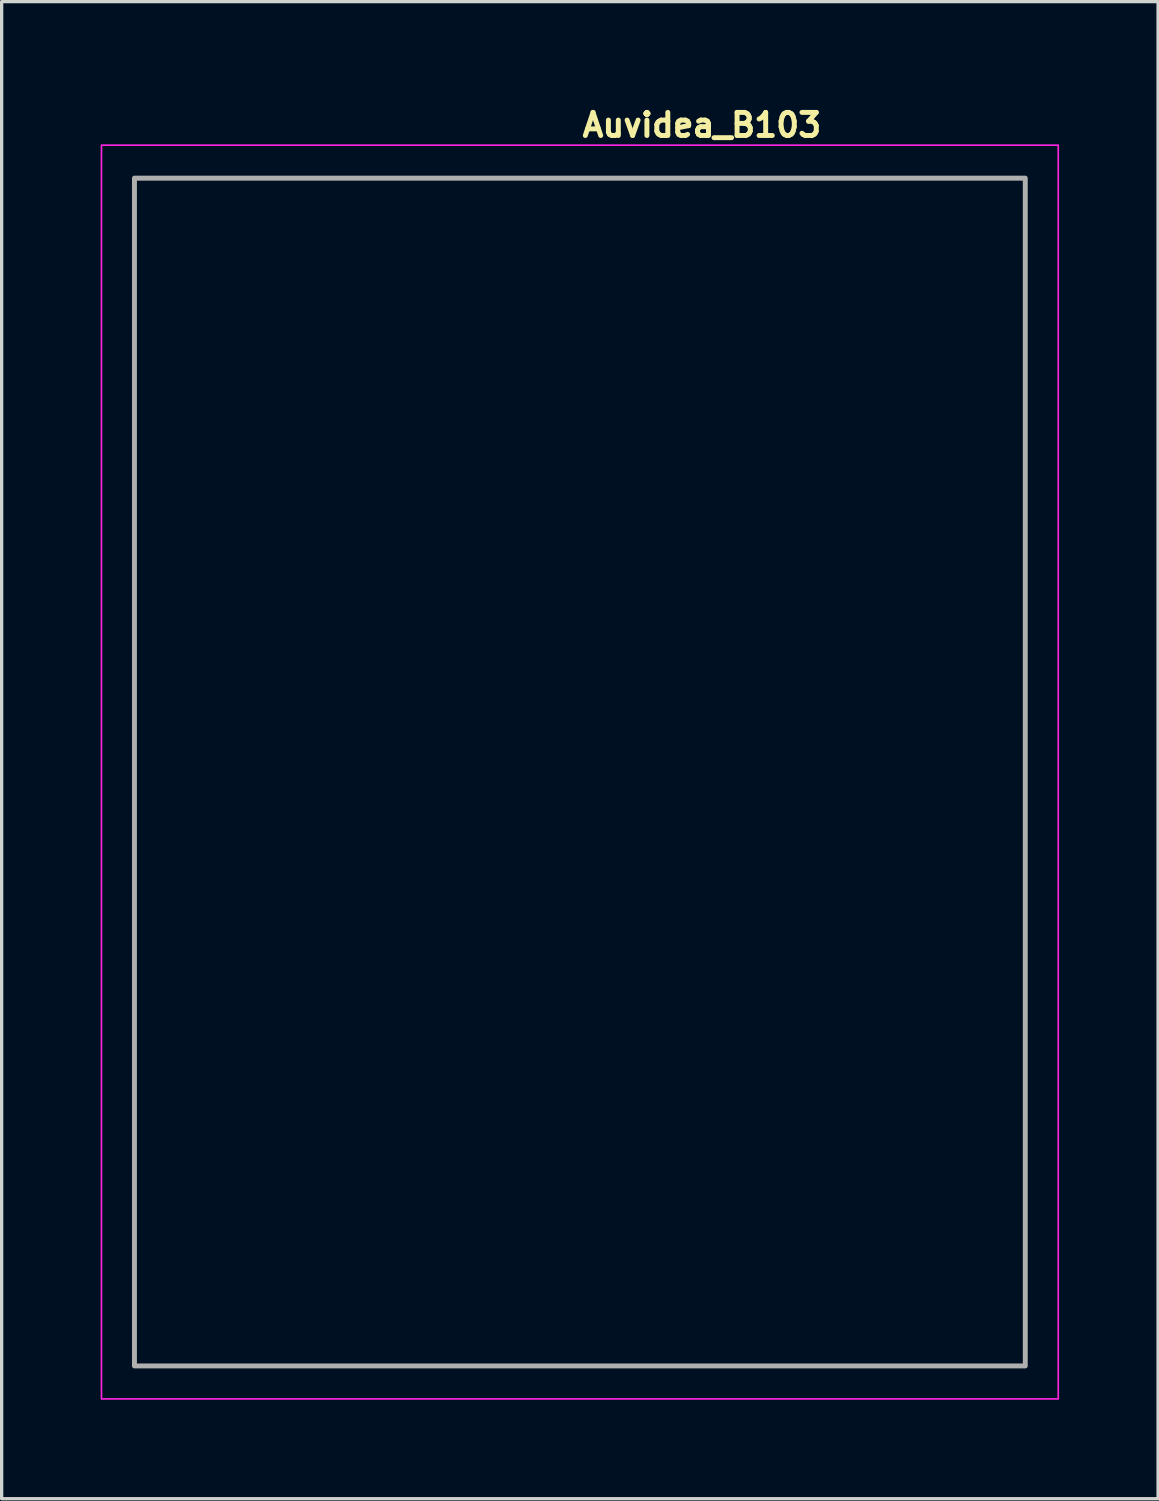
<source format=kicad_pcb>
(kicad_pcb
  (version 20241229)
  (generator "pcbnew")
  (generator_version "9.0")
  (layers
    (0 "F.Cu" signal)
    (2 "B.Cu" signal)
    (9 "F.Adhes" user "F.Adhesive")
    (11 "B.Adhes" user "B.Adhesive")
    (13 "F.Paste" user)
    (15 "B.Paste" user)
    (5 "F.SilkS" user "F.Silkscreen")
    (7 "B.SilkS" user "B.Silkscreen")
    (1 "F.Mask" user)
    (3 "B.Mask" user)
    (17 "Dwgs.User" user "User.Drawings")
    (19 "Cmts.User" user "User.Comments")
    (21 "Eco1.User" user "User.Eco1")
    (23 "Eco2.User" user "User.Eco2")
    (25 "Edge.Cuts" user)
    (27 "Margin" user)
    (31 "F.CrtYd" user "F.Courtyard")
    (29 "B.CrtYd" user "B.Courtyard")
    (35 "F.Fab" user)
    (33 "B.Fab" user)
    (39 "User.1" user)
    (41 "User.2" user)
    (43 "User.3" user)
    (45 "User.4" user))
  (footprint "Auvidea_B103"
    (layer "F.Cu")
    (at 14.525 20.35)
    (property "Reference" "Auvidea_B103" (at 0 -19.2 0) (unlocked yes) (layer "F.SilkS") (effects (font (size 0.7 0.7) (thickness 0.15)) (justify left bottom)))
    (attr exclude_from_bom)
    (fp_rect (start -14.5 -19) (end 14.5 19) (stroke (width 0.05) (type solid)) (fill no) (layer "F.CrtYd"))
    (fp_rect (start -13.5 -18) (end 13.5 18) (stroke (width 0.15) (type solid)) (fill no) (layer "F.Fab"))
    (fp_rect (start -13.5 -18) (end 13.5 18) (stroke (width 0.1) (type solid)) (fill no) (layer "User.5"))
    (fp_line (start -13.5 -18) (end -13.5 18) (stroke (width 0.02) (type solid)) (layer "User.9"))
    (fp_line (start -13.5 18) (end 13.5 18) (stroke (width 0.02) (type solid)) (layer "User.9"))
    (fp_line (start -9.969 -10.555) (end -9.969 -5.555) (stroke (width 0.02) (type solid)) (layer "User.9"))
    (fp_line (start -9.969 -5.555) (end -4.969 -5.555) (stroke (width 0.02) (type solid)) (layer "User.9"))
    (fp_line (start -5.592 -9.805) (end -5.588 -9.773) (stroke (width 0.02) (type solid)) (layer "User.9"))
    (fp_line (start -5.588 -9.838) (end -5.592 -9.805) (stroke (width 0.02) (type solid)) (layer "User.9"))
    (fp_line (start -5.588 -9.838) (end -5.575 -9.868) (stroke (width 0.02) (type solid)) (layer "User.9"))
    (fp_line (start -5.588 -9.773) (end -5.575 -9.743) (stroke (width 0.02) (type solid)) (layer "User.9"))
    (fp_line (start -5.575 -9.743) (end -5.555 -9.717) (stroke (width 0.02) (type solid)) (layer "User.9"))
    (fp_line (start -5.555 -9.894) (end -5.575 -9.868) (stroke (width 0.02) (type solid)) (layer "User.9"))
    (fp_line (start -5.555 -9.717) (end -5.529 -9.697) (stroke (width 0.02) (type solid)) (layer "User.9"))
    (fp_line (start -5.529 -9.914) (end -5.555 -9.894) (stroke (width 0.02) (type solid)) (layer "User.9"))
    (fp_line (start -5.529 -9.697) (end -5.499 -9.684) (stroke (width 0.02) (type solid)) (layer "User.9"))
    (fp_line (start -5.499 -9.926) (end -5.529 -9.914) (stroke (width 0.02) (type solid)) (layer "User.9"))
    (fp_line (start -5.467 -9.93) (end -5.499 -9.926) (stroke (width 0.02) (type solid)) (layer "User.9"))
    (fp_line (start -5.467 -9.68) (end -5.499 -9.684) (stroke (width 0.02) (type solid)) (layer "User.9"))
    (fp_line (start -5.467 -9.68) (end -5.435 -9.684) (stroke (width 0.02) (type solid)) (layer "User.9"))
    (fp_line (start -5.435 -9.926) (end -5.467 -9.93) (stroke (width 0.02) (type solid)) (layer "User.9"))
    (fp_line (start -5.435 -9.684) (end -5.404 -9.697) (stroke (width 0.02) (type solid)) (layer "User.9"))
    (fp_line (start -5.404 -9.914) (end -5.435 -9.926) (stroke (width 0.02) (type solid)) (layer "User.9"))
    (fp_line (start -5.404 -9.914) (end -5.378 -9.894) (stroke (width 0.02) (type solid)) (layer "User.9"))
    (fp_line (start -5.404 -9.697) (end -5.378 -9.717) (stroke (width 0.02) (type solid)) (layer "User.9"))
    (fp_line (start -5.378 -9.717) (end -5.359 -9.743) (stroke (width 0.02) (type solid)) (layer "User.9"))
    (fp_line (start -5.378 -9.717) (end -5.346 -9.773) (stroke (width 0.02) (type solid)) (layer "User.9"))
    (fp_line (start -5.359 -9.868) (end -5.378 -9.894) (stroke (width 0.02) (type solid)) (layer "User.9"))
    (fp_line (start -5.359 -9.743) (end -5.346 -9.773) (stroke (width 0.02) (type solid)) (layer "User.9"))
    (fp_line (start -5.346 -9.838) (end -5.359 -9.868) (stroke (width 0.02) (type solid)) (layer "User.9"))
    (fp_line (start -5.346 -9.773) (end -5.342 -9.805) (stroke (width 0.02) (type solid)) (layer "User.9"))
    (fp_line (start -5.342 -9.805) (end -5.346 -9.838) (stroke (width 0.02) (type solid)) (layer "User.9"))
    (fp_line (start -4.969 -10.555) (end -9.969 -10.555) (stroke (width 0.02) (type solid)) (layer "User.9"))
    (fp_line (start -4.969 -5.555) (end -4.969 -10.555) (stroke (width 0.02) (type solid)) (layer "User.9"))
    (fp_line (start 0.909 7.157) (end 0.909 5.157) (stroke (width 0.02) (type solid)) (layer "User.9"))
    (fp_line (start 0.909 7.157) (end 2.909 7.157) (stroke (width 0.02) (type solid)) (layer "User.9"))
    (fp_line (start 2.434 5.507) (end 2.438 5.475) (stroke (width 0.02) (type solid)) (layer "User.9"))
    (fp_line (start 2.438 5.475) (end 2.45 5.445) (stroke (width 0.02) (type solid)) (layer "User.9"))
    (fp_line (start 2.438 5.54) (end 2.434 5.507) (stroke (width 0.02) (type solid)) (layer "User.9"))
    (fp_line (start 2.45 5.445) (end 2.47 5.419) (stroke (width 0.02) (type solid)) (layer "User.9"))
    (fp_line (start 2.45 5.57) (end 2.438 5.54) (stroke (width 0.02) (type solid)) (layer "User.9"))
    (fp_line (start 2.47 5.419) (end 2.496 5.399) (stroke (width 0.02) (type solid)) (layer "User.9"))
    (fp_line (start 2.47 5.596) (end 2.45 5.57) (stroke (width 0.02) (type solid)) (layer "User.9"))
    (fp_line (start 2.496 5.399) (end 2.526 5.387) (stroke (width 0.02) (type solid)) (layer "User.9"))
    (fp_line (start 2.496 5.616) (end 2.47 5.596) (stroke (width 0.02) (type solid)) (layer "User.9"))
    (fp_line (start 2.526 5.387) (end 2.559 5.382) (stroke (width 0.02) (type solid)) (layer "User.9"))
    (fp_line (start 2.526 5.628) (end 2.496 5.616) (stroke (width 0.02) (type solid)) (layer "User.9"))
    (fp_line (start 2.559 5.382) (end 2.591 5.387) (stroke (width 0.02) (type solid)) (layer "User.9"))
    (fp_line (start 2.559 5.632) (end 2.526 5.628) (stroke (width 0.02) (type solid)) (layer "User.9"))
    (fp_line (start 2.591 5.387) (end 2.621 5.399) (stroke (width 0.02) (type solid)) (layer "User.9"))
    (fp_line (start 2.591 5.628) (end 2.559 5.632) (stroke (width 0.02) (type solid)) (layer "User.9"))
    (fp_line (start 2.621 5.399) (end 2.647 5.419) (stroke (width 0.02) (type solid)) (layer "User.9"))
    (fp_line (start 2.621 5.616) (end 2.591 5.628) (stroke (width 0.02) (type solid)) (layer "User.9"))
    (fp_line (start 2.647 5.419) (end 2.667 5.445) (stroke (width 0.02) (type solid)) (layer "User.9"))
    (fp_line (start 2.647 5.596) (end 2.621 5.616) (stroke (width 0.02) (type solid)) (layer "User.9"))
    (fp_line (start 2.667 5.445) (end 2.621 5.399) (stroke (width 0.02) (type solid)) (layer "User.9"))
    (fp_line (start 2.667 5.445) (end 2.679 5.475) (stroke (width 0.02) (type solid)) (layer "User.9"))
    (fp_line (start 2.667 5.57) (end 2.647 5.596) (stroke (width 0.02) (type solid)) (layer "User.9"))
    (fp_line (start 2.667 5.57) (end 2.684 5.507) (stroke (width 0.02) (type solid)) (layer "User.9"))
    (fp_line (start 2.679 5.475) (end 2.684 5.507) (stroke (width 0.02) (type solid)) (layer "User.9"))
    (fp_line (start 2.679 5.54) (end 2.667 5.57) (stroke (width 0.02) (type solid)) (layer "User.9"))
    (fp_line (start 2.684 5.507) (end 2.667 5.445) (stroke (width 0.02) (type solid)) (layer "User.9"))
    (fp_line (start 2.684 5.507) (end 2.679 5.54) (stroke (width 0.02) (type solid)) (layer "User.9"))
    (fp_line (start 2.909 5.157) (end 0.909 5.157) (stroke (width 0.02) (type solid)) (layer "User.9"))
    (fp_line (start 2.909 5.157) (end 2.909 7.157) (stroke (width 0.02) (type solid)) (layer "User.9"))
    (fp_line (start 2.909 5.357) (end 2.909 5.657) (stroke (width 0.02) (type solid)) (layer "User.9"))
    (fp_line (start 2.909 6.007) (end 2.909 6.307) (stroke (width 0.02) (type solid)) (layer "User.9"))
    (fp_line (start 2.909 6.657) (end 2.909 6.957) (stroke (width 0.02) (type solid)) (layer "User.9"))
    (fp_line (start 8.028 -7.692) (end 8.028 -7.645) (stroke (width 0.02) (type solid)) (layer "User.9"))
    (fp_line (start 8.028 -7.645) (end 8.028 -7.598) (stroke (width 0.02) (type solid)) (layer "User.9"))
    (fp_line (start 8.028 -7.598) (end 8.028 -7.498) (stroke (width 0.02) (type solid)) (layer "User.9"))
    (fp_line (start 8.028 -7.498) (end 8.028 -7.304) (stroke (width 0.02) (type solid)) (layer "User.9"))
    (fp_line (start 8.028 -7.304) (end 8.028 -6.917) (stroke (width 0.02) (type solid)) (layer "User.9"))
    (fp_line (start 8.028 -6.917) (end 8.028 -6.142) (stroke (width 0.02) (type solid)) (layer "User.9"))
    (fp_line (start 8.028 -6.142) (end 8.028 -5.367) (stroke (width 0.02) (type solid)) (layer "User.9"))
    (fp_line (start 8.028 -5.367) (end 8.028 -4.983) (stroke (width 0.02) (type solid)) (layer "User.9"))
    (fp_line (start 8.028 -4.983) (end 8.028 -4.787) (stroke (width 0.02) (type solid)) (layer "User.9"))
    (fp_line (start 8.028 -4.787) (end 8.028 -4.69) (stroke (width 0.02) (type solid)) (layer "User.9"))
    (fp_line (start 8.028 -4.69) (end 8.028 -4.641) (stroke (width 0.02) (type solid)) (layer "User.9"))
    (fp_line (start 8.028 -4.641) (end 8.028 -4.592) (stroke (width 0.02) (type solid)) (layer "User.9"))
    (fp_line (start 8.028 -4.592) (end 8.124 -4.592) (stroke (width 0.02) (type solid)) (layer "User.9"))
    (fp_line (start 8.124 -7.692) (end 8.028 -7.692) (stroke (width 0.02) (type solid)) (layer "User.9"))
    (fp_line (start 8.124 -7.692) (end 8.221 -7.692) (stroke (width 0.02) (type solid)) (layer "User.9"))
    (fp_line (start 8.221 -7.692) (end 8.415 -7.692) (stroke (width 0.02) (type solid)) (layer "User.9"))
    (fp_line (start 8.221 -4.592) (end 8.124 -4.592) (stroke (width 0.02) (type solid)) (layer "User.9"))
    (fp_line (start 8.221 -4.592) (end 8.415 -4.592) (stroke (width 0.02) (type solid)) (layer "User.9"))
    (fp_line (start 8.415 -7.692) (end 8.803 -7.692) (stroke (width 0.02) (type solid)) (layer "User.9"))
    (fp_line (start 8.473 -3.642) (end 8.545 -3.642) (stroke (width 0.02) (type solid)) (layer "User.9"))
    (fp_line (start 8.483 -8.605) (end 8.483 -8.642) (stroke (width 0.02) (type solid)) (layer "User.9"))
    (fp_line (start 8.483 -8.567) (end 8.483 -8.605) (stroke (width 0.02) (type solid)) (layer "User.9"))
    (fp_line (start 8.483 -8.492) (end 8.483 -8.567) (stroke (width 0.02) (type solid)) (layer "User.9"))
    (fp_line (start 8.483 -8.342) (end 8.483 -8.492) (stroke (width 0.02) (type solid)) (layer "User.9"))
    (fp_line (start 8.483 -8.308) (end 8.483 -8.342) (stroke (width 0.02) (type solid)) (layer "User.9"))
    (fp_line (start 8.483 -8.275) (end 8.483 -8.308) (stroke (width 0.02) (type solid)) (layer "User.9"))
    (fp_line (start 8.483 -8.246) (end 8.483 -8.275) (stroke (width 0.02) (type solid)) (layer "User.9"))
    (fp_line (start 8.483 -8.222) (end 8.483 -8.246) (stroke (width 0.02) (type solid)) (layer "User.9"))
    (fp_line (start 8.483 -8.204) (end 8.483 -8.222) (stroke (width 0.02) (type solid)) (layer "User.9"))
    (fp_line (start 8.483 -8.072) (end 8.483 -8.204) (stroke (width 0.02) (type solid)) (layer "User.9"))
    (fp_line (start 8.483 -8.043) (end 8.483 -8.072) (stroke (width 0.02) (type solid)) (layer "User.9"))
    (fp_line (start 8.483 -8.003) (end 8.483 -8.043) (stroke (width 0.02) (type solid)) (layer "User.9"))
    (fp_line (start 8.483 -7.954) (end 8.483 -8.003) (stroke (width 0.02) (type solid)) (layer "User.9"))
    (fp_line (start 8.483 -7.9) (end 8.483 -7.954) (stroke (width 0.02) (type solid)) (layer "User.9"))
    (fp_line (start 8.483 -7.842) (end 8.483 -7.9) (stroke (width 0.02) (type solid)) (layer "User.9"))
    (fp_line (start 8.483 -7.765) (end 8.483 -7.842) (stroke (width 0.02) (type solid)) (layer "User.9"))
    (fp_line (start 8.483 -7.692) (end 8.483 -7.765) (stroke (width 0.02) (type solid)) (layer "User.9"))
    (fp_line (start 8.483 -4.592) (end 8.483 -4.578) (stroke (width 0.02) (type solid)) (layer "User.9"))
    (fp_line (start 8.483 -4.592) (end 8.483 -4.517) (stroke (width 0.02) (type solid)) (layer "User.9"))
    (fp_line (start 8.483 -4.592) (end 8.483 -4.517) (stroke (width 0.02) (type solid)) (layer "User.9"))
    (fp_line (start 8.483 -4.592) (end 8.545 -4.592) (stroke (width 0.02) (type solid)) (layer "User.9"))
    (fp_line (start 8.483 -4.578) (end 8.483 -4.592) (stroke (width 0.02) (type solid)) (layer "User.9"))
    (fp_line (start 8.483 -4.578) (end 8.483 -4.578) (stroke (width 0.02) (type solid)) (layer "User.9"))
    (fp_line (start 8.483 -4.517) (end 8.483 -4.478) (stroke (width 0.02) (type solid)) (layer "User.9"))
    (fp_line (start 8.483 -4.517) (end 8.483 -4.478) (stroke (width 0.02) (type solid)) (layer "User.9"))
    (fp_line (start 8.483 -4.478) (end 8.483 -4.443) (stroke (width 0.02) (type solid)) (layer "User.9"))
    (fp_line (start 8.483 -4.478) (end 8.483 -4.442) (stroke (width 0.02) (type solid)) (layer "User.9"))
    (fp_line (start 8.483 -4.443) (end 8.483 -4.442) (stroke (width 0.02) (type solid)) (layer "User.9"))
    (fp_line (start 8.483 -4.443) (end 8.483 -4.388) (stroke (width 0.02) (type solid)) (layer "User.9"))
    (fp_line (start 8.483 -4.442) (end 8.483 -4.443) (stroke (width 0.02) (type solid)) (layer "User.9"))
    (fp_line (start 8.483 -4.442) (end 8.483 -4.384) (stroke (width 0.02) (type solid)) (layer "User.9"))
    (fp_line (start 8.483 -4.388) (end 8.483 -4.396) (stroke (width 0.02) (type solid)) (layer "User.9"))
    (fp_line (start 8.483 -4.388) (end 8.483 -4.336) (stroke (width 0.02) (type solid)) (layer "User.9"))
    (fp_line (start 8.483 -4.384) (end 8.483 -4.388) (stroke (width 0.02) (type solid)) (layer "User.9"))
    (fp_line (start 8.483 -4.384) (end 8.483 -4.33) (stroke (width 0.02) (type solid)) (layer "User.9"))
    (fp_line (start 8.483 -4.352) (end 8.483 -4.336) (stroke (width 0.02) (type solid)) (layer "User.9"))
    (fp_line (start 8.483 -4.336) (end 8.483 -4.29) (stroke (width 0.02) (type solid)) (layer "User.9"))
    (fp_line (start 8.483 -4.33) (end 8.483 -4.336) (stroke (width 0.02) (type solid)) (layer "User.9"))
    (fp_line (start 8.483 -4.33) (end 8.483 -4.281) (stroke (width 0.02) (type solid)) (layer "User.9"))
    (fp_line (start 8.483 -4.29) (end 8.483 -4.314) (stroke (width 0.02) (type solid)) (layer "User.9"))
    (fp_line (start 8.483 -4.29) (end 8.483 -4.281) (stroke (width 0.02) (type solid)) (layer "User.9"))
    (fp_line (start 8.483 -4.29) (end 8.483 -4.253) (stroke (width 0.02) (type solid)) (layer "User.9"))
    (fp_line (start 8.483 -4.281) (end 8.483 -4.242) (stroke (width 0.02) (type solid)) (layer "User.9"))
    (fp_line (start 8.483 -4.266) (end 8.483 -4.253) (stroke (width 0.02) (type solid)) (layer "User.9"))
    (fp_line (start 8.483 -4.253) (end 8.483 -4.281) (stroke (width 0.02) (type solid)) (layer "User.9"))
    (fp_line (start 8.483 -4.253) (end 8.483 -4.225) (stroke (width 0.02) (type solid)) (layer "User.9"))
    (fp_line (start 8.483 -4.247) (end 8.483 -4.225) (stroke (width 0.02) (type solid)) (layer "User.9"))
    (fp_line (start 8.483 -4.242) (end 8.483 -4.253) (stroke (width 0.02) (type solid)) (layer "User.9"))
    (fp_line (start 8.483 -4.242) (end 8.483 -4.213) (stroke (width 0.02) (type solid)) (layer "User.9"))
    (fp_line (start 8.483 -4.225) (end 8.483 -4.092) (stroke (width 0.02) (type solid)) (layer "User.9"))
    (fp_line (start 8.483 -4.213) (end 8.483 -4.225) (stroke (width 0.02) (type solid)) (layer "User.9"))
    (fp_line (start 8.483 -4.213) (end 8.483 -4.08) (stroke (width 0.02) (type solid)) (layer "User.9"))
    (fp_line (start 8.483 -4.092) (end 8.483 -4.144) (stroke (width 0.02) (type solid)) (layer "User.9"))
    (fp_line (start 8.483 -4.092) (end 8.483 -4.133) (stroke (width 0.02) (type solid)) (layer "User.9"))
    (fp_line (start 8.483 -4.092) (end 8.483 -4.108) (stroke (width 0.02) (type solid)) (layer "User.9"))
    (fp_line (start 8.483 -4.092) (end 8.483 -4.08) (stroke (width 0.02) (type solid)) (layer "User.9"))
    (fp_line (start 8.483 -4.092) (end 8.483 -4.074) (stroke (width 0.02) (type solid)) (layer "User.9"))
    (fp_line (start 8.483 -4.08) (end 8.483 -4.063) (stroke (width 0.02) (type solid)) (layer "User.9"))
    (fp_line (start 8.483 -4.074) (end 8.483 -4.099) (stroke (width 0.02) (type solid)) (layer "User.9"))
    (fp_line (start 8.483 -4.074) (end 8.483 -4.048) (stroke (width 0.02) (type solid)) (layer "User.9"))
    (fp_line (start 8.483 -4.071) (end 8.483 -4.048) (stroke (width 0.02) (type solid)) (layer "User.9"))
    (fp_line (start 8.483 -4.063) (end 8.483 -4.074) (stroke (width 0.02) (type solid)) (layer "User.9"))
    (fp_line (start 8.483 -4.063) (end 8.483 -4.039) (stroke (width 0.02) (type solid)) (layer "User.9"))
    (fp_line (start 8.483 -4.048) (end 8.483 -4.039) (stroke (width 0.02) (type solid)) (layer "User.9"))
    (fp_line (start 8.483 -4.048) (end 8.483 -4.016) (stroke (width 0.02) (type solid)) (layer "User.9"))
    (fp_line (start 8.483 -4.039) (end 8.483 -4.01) (stroke (width 0.02) (type solid)) (layer "User.9"))
    (fp_line (start 8.483 -4.016) (end 8.483 -4.032) (stroke (width 0.02) (type solid)) (layer "User.9"))
    (fp_line (start 8.483 -4.016) (end 8.483 -4.01) (stroke (width 0.02) (type solid)) (layer "User.9"))
    (fp_line (start 8.483 -4.016) (end 8.483 -3.98) (stroke (width 0.02) (type solid)) (layer "User.9"))
    (fp_line (start 8.483 -4.01) (end 8.483 -3.977) (stroke (width 0.02) (type solid)) (layer "User.9"))
    (fp_line (start 8.483 -3.98) (end 8.483 -3.988) (stroke (width 0.02) (type solid)) (layer "User.9"))
    (fp_line (start 8.483 -3.98) (end 8.483 -3.977) (stroke (width 0.02) (type solid)) (layer "User.9"))
    (fp_line (start 8.483 -3.98) (end 8.483 -3.943) (stroke (width 0.02) (type solid)) (layer "User.9"))
    (fp_line (start 8.483 -3.977) (end 8.483 -3.942) (stroke (width 0.02) (type solid)) (layer "User.9"))
    (fp_line (start 8.483 -3.943) (end 8.483 -3.942) (stroke (width 0.02) (type solid)) (layer "User.9"))
    (fp_line (start 8.483 -3.943) (end 8.483 -3.792) (stroke (width 0.02) (type solid)) (layer "User.9"))
    (fp_line (start 8.483 -3.942) (end 8.483 -3.792) (stroke (width 0.02) (type solid)) (layer "User.9"))
    (fp_line (start 8.483 -3.941) (end 8.483 -3.943) (stroke (width 0.02) (type solid)) (layer "User.9"))
    (fp_line (start 8.483 -3.941) (end 8.483 -3.942) (stroke (width 0.02) (type solid)) (layer "User.9"))
    (fp_line (start 8.483 -3.94) (end 8.483 -3.941) (stroke (width 0.02) (type solid)) (layer "User.9"))
    (fp_line (start 8.483 -3.724) (end 8.483 -3.941) (stroke (width 0.02) (type solid)) (layer "User.9"))
    (fp_line (start 8.483 -3.65) (end 8.483 -3.792) (stroke (width 0.02) (type solid)) (layer "User.9"))
    (fp_line (start 8.545 -8.642) (end 8.483 -8.642) (stroke (width 0.02) (type solid)) (layer "User.9"))
    (fp_line (start 8.545 -3.642) (end 8.483 -3.642) (stroke (width 0.02) (type solid)) (layer "User.9"))
    (fp_line (start 8.576 -4.592) (end 8.545 -4.592) (stroke (width 0.02) (type solid)) (layer "User.9"))
    (fp_line (start 8.576 -4.592) (end 8.608 -4.592) (stroke (width 0.02) (type solid)) (layer "User.9"))
    (fp_line (start 8.576 -3.642) (end 8.545 -3.642) (stroke (width 0.02) (type solid)) (layer "User.9"))
    (fp_line (start 8.581 -3.642) (end 8.67 -3.642) (stroke (width 0.02) (type solid)) (layer "User.9"))
    (fp_line (start 8.608 -8.642) (end 8.545 -8.642) (stroke (width 0.02) (type solid)) (layer "User.9"))
    (fp_line (start 8.608 -3.642) (end 8.576 -3.642) (stroke (width 0.02) (type solid)) (layer "User.9"))
    (fp_line (start 8.668 -8.642) (end 8.608 -8.642) (stroke (width 0.02) (type solid)) (layer "User.9"))
    (fp_line (start 8.67 -4.592) (end 8.608 -4.592) (stroke (width 0.02) (type solid)) (layer "User.9"))
    (fp_line (start 8.67 -4.592) (end 8.67 -4.592) (stroke (width 0.02) (type solid)) (layer "User.9"))
    (fp_line (start 8.67 -4.592) (end 8.733 -4.592) (stroke (width 0.02) (type solid)) (layer "User.9"))
    (fp_line (start 8.67 -3.642) (end 8.608 -3.642) (stroke (width 0.02) (type solid)) (layer "User.9"))
    (fp_line (start 8.733 -8.642) (end 8.668 -8.642) (stroke (width 0.02) (type solid)) (layer "User.9"))
    (fp_line (start 8.733 -8.642) (end 8.733 -8.605) (stroke (width 0.02) (type solid)) (layer "User.9"))
    (fp_line (start 8.733 -8.605) (end 8.733 -8.567) (stroke (width 0.02) (type solid)) (layer "User.9"))
    (fp_line (start 8.733 -8.567) (end 8.733 -8.492) (stroke (width 0.02) (type solid)) (layer "User.9"))
    (fp_line (start 8.733 -8.492) (end 8.733 -8.342) (stroke (width 0.02) (type solid)) (layer "User.9"))
    (fp_line (start 8.733 -8.342) (end 8.733 -8.308) (stroke (width 0.02) (type solid)) (layer "User.9"))
    (fp_line (start 8.733 -8.308) (end 8.733 -8.275) (stroke (width 0.02) (type solid)) (layer "User.9"))
    (fp_line (start 8.733 -8.275) (end 8.733 -8.246) (stroke (width 0.02) (type solid)) (layer "User.9"))
    (fp_line (start 8.733 -8.246) (end 8.733 -8.222) (stroke (width 0.02) (type solid)) (layer "User.9"))
    (fp_line (start 8.733 -8.222) (end 8.733 -8.204) (stroke (width 0.02) (type solid)) (layer "User.9"))
    (fp_line (start 8.733 -8.204) (end 8.733 -8.072) (stroke (width 0.02) (type solid)) (layer "User.9"))
    (fp_line (start 8.733 -8.072) (end 8.733 -8.043) (stroke (width 0.02) (type solid)) (layer "User.9"))
    (fp_line (start 8.733 -8.043) (end 8.733 -8.003) (stroke (width 0.02) (type solid)) (layer "User.9"))
    (fp_line (start 8.733 -8.003) (end 8.733 -7.954) (stroke (width 0.02) (type solid)) (layer "User.9"))
    (fp_line (start 8.733 -7.954) (end 8.733 -7.9) (stroke (width 0.02) (type solid)) (layer "User.9"))
    (fp_line (start 8.733 -7.9) (end 8.733 -7.842) (stroke (width 0.02) (type solid)) (layer "User.9"))
    (fp_line (start 8.733 -7.842) (end 8.733 -7.765) (stroke (width 0.02) (type solid)) (layer "User.9"))
    (fp_line (start 8.733 -7.765) (end 8.733 -7.692) (stroke (width 0.02) (type solid)) (layer "User.9"))
    (fp_line (start 8.733 -4.592) (end 8.733 -4.592) (stroke (width 0.02) (type solid)) (layer "User.9"))
    (fp_line (start 8.733 -4.592) (end 8.733 -4.578) (stroke (width 0.02) (type solid)) (layer "User.9"))
    (fp_line (start 8.733 -4.592) (end 8.733 -4.517) (stroke (width 0.02) (type solid)) (layer "User.9"))
    (fp_line (start 8.733 -4.578) (end 8.733 -4.592) (stroke (width 0.02) (type solid)) (layer "User.9"))
    (fp_line (start 8.733 -4.517) (end 8.733 -4.592) (stroke (width 0.02) (type solid)) (layer "User.9"))
    (fp_line (start 8.733 -4.517) (end 8.733 -4.48) (stroke (width 0.02) (type solid)) (layer "User.9"))
    (fp_line (start 8.733 -4.48) (end 8.733 -4.441) (stroke (width 0.02) (type solid)) (layer "User.9"))
    (fp_line (start 8.733 -4.478) (end 8.733 -4.517) (stroke (width 0.02) (type solid)) (layer "User.9"))
    (fp_line (start 8.733 -4.442) (end 8.733 -4.478) (stroke (width 0.02) (type solid)) (layer "User.9"))
    (fp_line (start 8.733 -4.442) (end 8.733 -4.441) (stroke (width 0.02) (type solid)) (layer "User.9"))
    (fp_line (start 8.733 -4.441) (end 8.733 -4.442) (stroke (width 0.02) (type solid)) (layer "User.9"))
    (fp_line (start 8.733 -4.441) (end 8.733 -4.404) (stroke (width 0.02) (type solid)) (layer "User.9"))
    (fp_line (start 8.733 -4.404) (end 8.733 -4.408) (stroke (width 0.02) (type solid)) (layer "User.9"))
    (fp_line (start 8.733 -4.404) (end 8.733 -4.396) (stroke (width 0.02) (type solid)) (layer "User.9"))
    (fp_line (start 8.733 -4.404) (end 8.733 -4.368) (stroke (width 0.02) (type solid)) (layer "User.9"))
    (fp_line (start 8.733 -4.384) (end 8.733 -4.442) (stroke (width 0.02) (type solid)) (layer "User.9"))
    (fp_line (start 8.733 -4.375) (end 8.733 -4.368) (stroke (width 0.02) (type solid)) (layer "User.9"))
    (fp_line (start 8.733 -4.368) (end 8.733 -4.337) (stroke (width 0.02) (type solid)) (layer "User.9"))
    (fp_line (start 8.733 -4.352) (end 8.733 -4.368) (stroke (width 0.02) (type solid)) (layer "User.9"))
    (fp_line (start 8.733 -4.346) (end 8.733 -4.337) (stroke (width 0.02) (type solid)) (layer "User.9"))
    (fp_line (start 8.733 -4.337) (end 8.733 -4.311) (stroke (width 0.02) (type solid)) (layer "User.9"))
    (fp_line (start 8.733 -4.33) (end 8.733 -4.384) (stroke (width 0.02) (type solid)) (layer "User.9"))
    (fp_line (start 8.733 -4.322) (end 8.733 -4.311) (stroke (width 0.02) (type solid)) (layer "User.9"))
    (fp_line (start 8.733 -4.322) (end 8.733 -4.304) (stroke (width 0.02) (type solid)) (layer "User.9"))
    (fp_line (start 8.733 -4.314) (end 8.733 -4.337) (stroke (width 0.02) (type solid)) (layer "User.9"))
    (fp_line (start 8.733 -4.311) (end 8.733 -4.292) (stroke (width 0.02) (type solid)) (layer "User.9"))
    (fp_line (start 8.733 -4.304) (end 8.733 -4.311) (stroke (width 0.02) (type solid)) (layer "User.9"))
    (fp_line (start 8.733 -4.304) (end 8.733 -4.292) (stroke (width 0.02) (type solid)) (layer "User.9"))
    (fp_line (start 8.733 -4.304) (end 8.733 -4.172) (stroke (width 0.02) (type solid)) (layer "User.9"))
    (fp_line (start 8.733 -4.292) (end 8.733 -4.258) (stroke (width 0.02) (type solid)) (layer "User.9"))
    (fp_line (start 8.733 -4.292) (end 8.733 -4.159) (stroke (width 0.02) (type solid)) (layer "User.9"))
    (fp_line (start 8.733 -4.282) (end 8.733 -4.311) (stroke (width 0.02) (type solid)) (layer "User.9"))
    (fp_line (start 8.733 -4.281) (end 8.733 -4.33) (stroke (width 0.02) (type solid)) (layer "User.9"))
    (fp_line (start 8.733 -4.242) (end 8.733 -4.281) (stroke (width 0.02) (type solid)) (layer "User.9"))
    (fp_line (start 8.733 -4.213) (end 8.733 -4.242) (stroke (width 0.02) (type solid)) (layer "User.9"))
    (fp_line (start 8.733 -4.213) (end 8.733 -4.092) (stroke (width 0.02) (type solid)) (layer "User.9"))
    (fp_line (start 8.733 -4.185) (end 8.733 -4.159) (stroke (width 0.02) (type solid)) (layer "User.9"))
    (fp_line (start 8.733 -4.172) (end 8.733 -4.292) (stroke (width 0.02) (type solid)) (layer "User.9"))
    (fp_line (start 8.733 -4.172) (end 8.733 -4.159) (stroke (width 0.02) (type solid)) (layer "User.9"))
    (fp_line (start 8.733 -4.172) (end 8.733 -4.143) (stroke (width 0.02) (type solid)) (layer "User.9"))
    (fp_line (start 8.733 -4.159) (end 8.733 -4.132) (stroke (width 0.02) (type solid)) (layer "User.9"))
    (fp_line (start 8.733 -4.143) (end 8.733 -4.159) (stroke (width 0.02) (type solid)) (layer "User.9"))
    (fp_line (start 8.733 -4.143) (end 8.733 -4.159) (stroke (width 0.02) (type solid)) (layer "User.9"))
    (fp_line (start 8.733 -4.143) (end 8.733 -4.132) (stroke (width 0.02) (type solid)) (layer "User.9"))
    (fp_line (start 8.733 -4.143) (end 8.733 -4.103) (stroke (width 0.02) (type solid)) (layer "User.9"))
    (fp_line (start 8.733 -4.132) (end 8.733 -4.094) (stroke (width 0.02) (type solid)) (layer "User.9"))
    (fp_line (start 8.733 -4.132) (end 8.733 -4.092) (stroke (width 0.02) (type solid)) (layer "User.9"))
    (fp_line (start 8.733 -4.103) (end 8.733 -4.08) (stroke (width 0.02) (type solid)) (layer "User.9"))
    (fp_line (start 8.733 -4.099) (end 8.733 -4.132) (stroke (width 0.02) (type solid)) (layer "User.9"))
    (fp_line (start 8.733 -4.094) (end 8.733 -4.103) (stroke (width 0.02) (type solid)) (layer "User.9"))
    (fp_line (start 8.733 -4.094) (end 8.733 -4.071) (stroke (width 0.02) (type solid)) (layer "User.9"))
    (fp_line (start 8.733 -4.094) (end 8.733 -4.048) (stroke (width 0.02) (type solid)) (layer "User.9"))
    (fp_line (start 8.733 -4.092) (end 8.733 -4.159) (stroke (width 0.02) (type solid)) (layer "User.9"))
    (fp_line (start 8.733 -4.08) (end 8.733 -4.213) (stroke (width 0.02) (type solid)) (layer "User.9"))
    (fp_line (start 8.733 -4.08) (end 8.733 -4.092) (stroke (width 0.02) (type solid)) (layer "User.9"))
    (fp_line (start 8.733 -4.063) (end 8.733 -4.08) (stroke (width 0.02) (type solid)) (layer "User.9"))
    (fp_line (start 8.733 -4.048) (end 8.733 -4.054) (stroke (width 0.02) (type solid)) (layer "User.9"))
    (fp_line (start 8.733 -4.048) (end 8.733 -4.032) (stroke (width 0.02) (type solid)) (layer "User.9"))
    (fp_line (start 8.733 -4.048) (end 8.733 -3.997) (stroke (width 0.02) (type solid)) (layer "User.9"))
    (fp_line (start 8.733 -4.039) (end 8.733 -4.063) (stroke (width 0.02) (type solid)) (layer "User.9"))
    (fp_line (start 8.733 -4.01) (end 8.733 -4.039) (stroke (width 0.02) (type solid)) (layer "User.9"))
    (fp_line (start 8.733 -4) (end 8.733 -3.997) (stroke (width 0.02) (type solid)) (layer "User.9"))
    (fp_line (start 8.733 -3.997) (end 8.733 -3.941) (stroke (width 0.02) (type solid)) (layer "User.9"))
    (fp_line (start 8.733 -3.988) (end 8.733 -3.997) (stroke (width 0.02) (type solid)) (layer "User.9"))
    (fp_line (start 8.733 -3.977) (end 8.733 -4.01) (stroke (width 0.02) (type solid)) (layer "User.9"))
    (fp_line (start 8.733 -3.942) (end 8.733 -3.977) (stroke (width 0.02) (type solid)) (layer "User.9"))
    (fp_line (start 8.733 -3.942) (end 8.733 -3.941) (stroke (width 0.02) (type solid)) (layer "User.9"))
    (fp_line (start 8.733 -3.941) (end 8.733 -3.942) (stroke (width 0.02) (type solid)) (layer "User.9"))
    (fp_line (start 8.733 -3.941) (end 8.733 -3.724) (stroke (width 0.02) (type solid)) (layer "User.9"))
    (fp_line (start 8.733 -3.792) (end 8.733 -3.942) (stroke (width 0.02) (type solid)) (layer "User.9"))
    (fp_line (start 8.733 -3.792) (end 8.733 -3.942) (stroke (width 0.02) (type solid)) (layer "User.9"))
    (fp_line (start 8.733 -3.792) (end 8.733 -3.695) (stroke (width 0.02) (type solid)) (layer "User.9"))
    (fp_line (start 8.733 -3.724) (end 8.733 -3.942) (stroke (width 0.02) (type solid)) (layer "User.9"))
    (fp_line (start 8.733 -3.686) (end 8.733 -3.651) (stroke (width 0.02) (type solid)) (layer "User.9"))
    (fp_line (start 8.733 -3.686) (end 8.733 -3.651) (stroke (width 0.02) (type solid)) (layer "User.9"))
    (fp_line (start 8.733 -3.681) (end 8.733 -3.687) (stroke (width 0.02) (type solid)) (layer "User.9"))
    (fp_line (start 8.733 -3.646) (end 8.733 -3.681) (stroke (width 0.02) (type solid)) (layer "User.9"))
    (fp_line (start 8.733 -3.642) (end 8.67 -3.642) (stroke (width 0.02) (type solid)) (layer "User.9"))
    (fp_line (start 8.733 -3.642) (end 8.733 -3.68) (stroke (width 0.02) (type solid)) (layer "User.9"))
    (fp_line (start 8.803 -7.692) (end 9.578 -7.692) (stroke (width 0.02) (type solid)) (layer "User.9"))
    (fp_line (start 8.803 -4.592) (end 8.415 -4.592) (stroke (width 0.02) (type solid)) (layer "User.9"))
    (fp_line (start 8.803 -4.592) (end 9.578 -4.592) (stroke (width 0.02) (type solid)) (layer "User.9"))
    (fp_line (start 9.133 -8.607) (end 9.133 -8.642) (stroke (width 0.02) (type solid)) (layer "User.9"))
    (fp_line (start 9.133 -8.571) (end 9.133 -8.607) (stroke (width 0.02) (type solid)) (layer "User.9"))
    (fp_line (start 9.133 -8.5) (end 9.133 -8.571) (stroke (width 0.02) (type solid)) (layer "User.9"))
    (fp_line (start 9.133 -8.342) (end 9.133 -8.5) (stroke (width 0.02) (type solid)) (layer "User.9"))
    (fp_line (start 9.133 -8.308) (end 9.133 -8.342) (stroke (width 0.02) (type solid)) (layer "User.9"))
    (fp_line (start 9.133 -8.275) (end 9.133 -8.308) (stroke (width 0.02) (type solid)) (layer "User.9"))
    (fp_line (start 9.133 -8.246) (end 9.133 -8.275) (stroke (width 0.02) (type solid)) (layer "User.9"))
    (fp_line (start 9.133 -8.222) (end 9.133 -8.246) (stroke (width 0.02) (type solid)) (layer "User.9"))
    (fp_line (start 9.133 -8.204) (end 9.133 -8.222) (stroke (width 0.02) (type solid)) (layer "User.9"))
    (fp_line (start 9.133 -8.072) (end 9.133 -8.204) (stroke (width 0.02) (type solid)) (layer "User.9"))
    (fp_line (start 9.133 -8.043) (end 9.133 -8.072) (stroke (width 0.02) (type solid)) (layer "User.9"))
    (fp_line (start 9.133 -8.003) (end 9.133 -8.043) (stroke (width 0.02) (type solid)) (layer "User.9"))
    (fp_line (start 9.133 -7.954) (end 9.133 -8.003) (stroke (width 0.02) (type solid)) (layer "User.9"))
    (fp_line (start 9.133 -7.9) (end 9.133 -7.954) (stroke (width 0.02) (type solid)) (layer "User.9"))
    (fp_line (start 9.133 -7.842) (end 9.133 -7.9) (stroke (width 0.02) (type solid)) (layer "User.9"))
    (fp_line (start 9.133 -7.767) (end 9.133 -7.842) (stroke (width 0.02) (type solid)) (layer "User.9"))
    (fp_line (start 9.133 -7.692) (end 9.133 -7.767) (stroke (width 0.02) (type solid)) (layer "User.9"))
    (fp_line (start 9.133 -4.592) (end 9.133 -4.517) (stroke (width 0.02) (type solid)) (layer "User.9"))
    (fp_line (start 9.133 -4.517) (end 9.133 -4.442) (stroke (width 0.02) (type solid)) (layer "User.9"))
    (fp_line (start 9.133 -4.442) (end 9.133 -4.384) (stroke (width 0.02) (type solid)) (layer "User.9"))
    (fp_line (start 9.133 -4.384) (end 9.133 -4.33) (stroke (width 0.02) (type solid)) (layer "User.9"))
    (fp_line (start 9.133 -4.33) (end 9.133 -4.281) (stroke (width 0.02) (type solid)) (layer "User.9"))
    (fp_line (start 9.133 -4.281) (end 9.133 -4.242) (stroke (width 0.02) (type solid)) (layer "User.9"))
    (fp_line (start 9.133 -4.242) (end 9.133 -4.213) (stroke (width 0.02) (type solid)) (layer "User.9"))
    (fp_line (start 9.133 -4.213) (end 9.133 -4.08) (stroke (width 0.02) (type solid)) (layer "User.9"))
    (fp_line (start 9.133 -4.08) (end 9.133 -4.063) (stroke (width 0.02) (type solid)) (layer "User.9"))
    (fp_line (start 9.133 -4.063) (end 9.133 -4.039) (stroke (width 0.02) (type solid)) (layer "User.9"))
    (fp_line (start 9.133 -4.039) (end 9.133 -4.01) (stroke (width 0.02) (type solid)) (layer "User.9"))
    (fp_line (start 9.133 -4.01) (end 9.133 -3.977) (stroke (width 0.02) (type solid)) (layer "User.9"))
    (fp_line (start 9.133 -3.977) (end 9.133 -3.942) (stroke (width 0.02) (type solid)) (layer "User.9"))
    (fp_line (start 9.133 -3.942) (end 9.133 -3.792) (stroke (width 0.02) (type solid)) (layer "User.9"))
    (fp_line (start 9.133 -3.792) (end 9.133 -3.717) (stroke (width 0.02) (type solid)) (layer "User.9"))
    (fp_line (start 9.133 -3.717) (end 9.133 -3.68) (stroke (width 0.02) (type solid)) (layer "User.9"))
    (fp_line (start 9.133 -3.68) (end 9.133 -3.642) (stroke (width 0.02) (type solid)) (layer "User.9"))
    (fp_line (start 9.195 -8.642) (end 9.133 -8.642) (stroke (width 0.02) (type solid)) (layer "User.9"))
    (fp_line (start 9.198 -4.592) (end 9.133 -4.592) (stroke (width 0.02) (type solid)) (layer "User.9"))
    (fp_line (start 9.198 -4.592) (end 9.258 -4.592) (stroke (width 0.02) (type solid)) (layer "User.9"))
    (fp_line (start 9.198 -3.642) (end 9.133 -3.642) (stroke (width 0.02) (type solid)) (layer "User.9"))
    (fp_line (start 9.258 -8.642) (end 9.195 -8.642) (stroke (width 0.02) (type solid)) (layer "User.9"))
    (fp_line (start 9.258 -4.592) (end 9.32 -4.592) (stroke (width 0.02) (type solid)) (layer "User.9"))
    (fp_line (start 9.258 -3.642) (end 9.198 -3.642) (stroke (width 0.02) (type solid)) (layer "User.9"))
    (fp_line (start 9.32 -8.642) (end 9.258 -8.642) (stroke (width 0.02) (type solid)) (layer "User.9"))
    (fp_line (start 9.32 -3.642) (end 9.258 -3.642) (stroke (width 0.02) (type solid)) (layer "User.9"))
    (fp_line (start 9.383 -8.642) (end 9.32 -8.642) (stroke (width 0.02) (type solid)) (layer "User.9"))
    (fp_line (start 9.383 -8.642) (end 9.383 -8.607) (stroke (width 0.02) (type solid)) (layer "User.9"))
    (fp_line (start 9.383 -8.607) (end 9.383 -8.571) (stroke (width 0.02) (type solid)) (layer "User.9"))
    (fp_line (start 9.383 -8.571) (end 9.383 -8.5) (stroke (width 0.02) (type solid)) (layer "User.9"))
    (fp_line (start 9.383 -8.5) (end 9.383 -8.342) (stroke (width 0.02) (type solid)) (layer "User.9"))
    (fp_line (start 9.383 -8.342) (end 9.383 -8.308) (stroke (width 0.02) (type solid)) (layer "User.9"))
    (fp_line (start 9.383 -8.308) (end 9.383 -8.275) (stroke (width 0.02) (type solid)) (layer "User.9"))
    (fp_line (start 9.383 -8.275) (end 9.383 -8.246) (stroke (width 0.02) (type solid)) (layer "User.9"))
    (fp_line (start 9.383 -8.246) (end 9.383 -8.222) (stroke (width 0.02) (type solid)) (layer "User.9"))
    (fp_line (start 9.383 -8.222) (end 9.383 -8.204) (stroke (width 0.02) (type solid)) (layer "User.9"))
    (fp_line (start 9.383 -8.204) (end 9.383 -8.072) (stroke (width 0.02) (type solid)) (layer "User.9"))
    (fp_line (start 9.383 -8.072) (end 9.383 -8.043) (stroke (width 0.02) (type solid)) (layer "User.9"))
    (fp_line (start 9.383 -8.043) (end 9.383 -8.003) (stroke (width 0.02) (type solid)) (layer "User.9"))
    (fp_line (start 9.383 -8.003) (end 9.383 -7.954) (stroke (width 0.02) (type solid)) (layer "User.9"))
    (fp_line (start 9.383 -7.954) (end 9.383 -7.9) (stroke (width 0.02) (type solid)) (layer "User.9"))
    (fp_line (start 9.383 -7.9) (end 9.383 -7.842) (stroke (width 0.02) (type solid)) (layer "User.9"))
    (fp_line (start 9.383 -7.842) (end 9.383 -7.767) (stroke (width 0.02) (type solid)) (layer "User.9"))
    (fp_line (start 9.383 -7.767) (end 9.383 -7.692) (stroke (width 0.02) (type solid)) (layer "User.9"))
    (fp_line (start 9.383 -4.592) (end 9.32 -4.592) (stroke (width 0.02) (type solid)) (layer "User.9"))
    (fp_line (start 9.383 -4.517) (end 9.383 -4.592) (stroke (width 0.02) (type solid)) (layer "User.9"))
    (fp_line (start 9.383 -4.442) (end 9.383 -4.517) (stroke (width 0.02) (type solid)) (layer "User.9"))
    (fp_line (start 9.383 -4.384) (end 9.383 -4.442) (stroke (width 0.02) (type solid)) (layer "User.9"))
    (fp_line (start 9.383 -4.33) (end 9.383 -4.384) (stroke (width 0.02) (type solid)) (layer "User.9"))
    (fp_line (start 9.383 -4.322) (end 9.383 -4.304) (stroke (width 0.02) (type solid)) (layer "User.9"))
    (fp_line (start 9.383 -4.311) (end 9.383 -4.292) (stroke (width 0.02) (type solid)) (layer "User.9"))
    (fp_line (start 9.383 -4.304) (end 9.383 -4.311) (stroke (width 0.02) (type solid)) (layer "User.9"))
    (fp_line (start 9.383 -4.304) (end 9.383 -4.304) (stroke (width 0.02) (type solid)) (layer "User.9"))
    (fp_line (start 9.383 -4.304) (end 9.383 -4.172) (stroke (width 0.02) (type solid)) (layer "User.9"))
    (fp_line (start 9.383 -4.292) (end 9.383 -4.304) (stroke (width 0.02) (type solid)) (layer "User.9"))
    (fp_line (start 9.383 -4.292) (end 9.383 -4.304) (stroke (width 0.02) (type solid)) (layer "User.9"))
    (fp_line (start 9.383 -4.292) (end 9.383 -4.225) (stroke (width 0.02) (type solid)) (layer "User.9"))
    (fp_line (start 9.383 -4.292) (end 9.383 -4.159) (stroke (width 0.02) (type solid)) (layer "User.9"))
    (fp_line (start 9.383 -4.281) (end 9.383 -4.33) (stroke (width 0.02) (type solid)) (layer "User.9"))
    (fp_line (start 9.383 -4.242) (end 9.383 -4.281) (stroke (width 0.02) (type solid)) (layer "User.9"))
    (fp_line (start 9.383 -4.213) (end 9.383 -4.242) (stroke (width 0.02) (type solid)) (layer "User.9"))
    (fp_line (start 9.383 -4.172) (end 9.383 -4.292) (stroke (width 0.02) (type solid)) (layer "User.9"))
    (fp_line (start 9.383 -4.172) (end 9.383 -4.172) (stroke (width 0.02) (type solid)) (layer "User.9"))
    (fp_line (start 9.383 -4.172) (end 9.383 -4.159) (stroke (width 0.02) (type solid)) (layer "User.9"))
    (fp_line (start 9.383 -4.172) (end 9.383 -4.143) (stroke (width 0.02) (type solid)) (layer "User.9"))
    (fp_line (start 9.383 -4.159) (end 9.383 -4.225) (stroke (width 0.02) (type solid)) (layer "User.9"))
    (fp_line (start 9.383 -4.159) (end 9.383 -4.132) (stroke (width 0.02) (type solid)) (layer "User.9"))
    (fp_line (start 9.383 -4.143) (end 9.383 -4.159) (stroke (width 0.02) (type solid)) (layer "User.9"))
    (fp_line (start 9.383 -4.143) (end 9.383 -4.132) (stroke (width 0.02) (type solid)) (layer "User.9"))
    (fp_line (start 9.383 -4.143) (end 9.383 -4.103) (stroke (width 0.02) (type solid)) (layer "User.9"))
    (fp_line (start 9.383 -4.132) (end 9.383 -4.094) (stroke (width 0.02) (type solid)) (layer "User.9"))
    (fp_line (start 9.383 -4.132) (end 9.383 -4.092) (stroke (width 0.02) (type solid)) (layer "User.9"))
    (fp_line (start 9.383 -4.103) (end 9.383 -4.132) (stroke (width 0.02) (type solid)) (layer "User.9"))
    (fp_line (start 9.383 -4.103) (end 9.383 -4.08) (stroke (width 0.02) (type solid)) (layer "User.9"))
    (fp_line (start 9.383 -4.094) (end 9.383 -4.103) (stroke (width 0.02) (type solid)) (layer "User.9"))
    (fp_line (start 9.383 -4.094) (end 9.383 -4.08) (stroke (width 0.02) (type solid)) (layer "User.9"))
    (fp_line (start 9.383 -4.094) (end 9.383 -4.08) (stroke (width 0.02) (type solid)) (layer "User.9"))
    (fp_line (start 9.383 -4.092) (end 9.383 -4.225) (stroke (width 0.02) (type solid)) (layer "User.9"))
    (fp_line (start 9.383 -4.092) (end 9.383 -4.159) (stroke (width 0.02) (type solid)) (layer "User.9"))
    (fp_line (start 9.383 -4.092) (end 9.383 -4.159) (stroke (width 0.02) (type solid)) (layer "User.9"))
    (fp_line (start 9.383 -4.08) (end 9.383 -4.213) (stroke (width 0.02) (type solid)) (layer "User.9"))
    (fp_line (start 9.383 -4.08) (end 9.383 -4.132) (stroke (width 0.02) (type solid)) (layer "User.9"))
    (fp_line (start 9.383 -4.08) (end 9.383 -4.094) (stroke (width 0.02) (type solid)) (layer "User.9"))
    (fp_line (start 9.383 -4.08) (end 9.383 -4.094) (stroke (width 0.02) (type solid)) (layer "User.9"))
    (fp_line (start 9.383 -4.08) (end 9.383 -4.092) (stroke (width 0.02) (type solid)) (layer "User.9"))
    (fp_line (start 9.383 -4.08) (end 9.383 -4.092) (stroke (width 0.02) (type solid)) (layer "User.9"))
    (fp_line (start 9.383 -4.08) (end 9.383 -4.092) (stroke (width 0.02) (type solid)) (layer "User.9"))
    (fp_line (start 9.383 -4.063) (end 9.383 -4.08) (stroke (width 0.02) (type solid)) (layer "User.9"))
    (fp_line (start 9.383 -4.039) (end 9.383 -4.063) (stroke (width 0.02) (type solid)) (layer "User.9"))
    (fp_line (start 9.383 -4.01) (end 9.383 -4.039) (stroke (width 0.02) (type solid)) (layer "User.9"))
    (fp_line (start 9.383 -3.977) (end 9.383 -4.01) (stroke (width 0.02) (type solid)) (layer "User.9"))
    (fp_line (start 9.383 -3.942) (end 9.383 -3.977) (stroke (width 0.02) (type solid)) (layer "User.9"))
    (fp_line (start 9.383 -3.792) (end 9.383 -3.942) (stroke (width 0.02) (type solid)) (layer "User.9"))
    (fp_line (start 9.383 -3.717) (end 9.383 -3.792) (stroke (width 0.02) (type solid)) (layer "User.9"))
    (fp_line (start 9.383 -3.68) (end 9.383 -3.717) (stroke (width 0.02) (type solid)) (layer "User.9"))
    (fp_line (start 9.383 -3.642) (end 9.32 -3.642) (stroke (width 0.02) (type solid)) (layer "User.9"))
    (fp_line (start 9.383 -3.642) (end 9.383 -3.68) (stroke (width 0.02) (type solid)) (layer "User.9"))
    (fp_line (start 9.578 -7.692) (end 10.353 -7.692) (stroke (width 0.02) (type solid)) (layer "User.9"))
    (fp_line (start 9.578 -4.592) (end 10.353 -4.592) (stroke (width 0.02) (type solid)) (layer "User.9"))
    (fp_line (start 9.783 -8.606) (end 9.783 -8.642) (stroke (width 0.02) (type solid)) (layer "User.9"))
    (fp_line (start 9.783 -8.569) (end 9.783 -8.606) (stroke (width 0.02) (type solid)) (layer "User.9"))
    (fp_line (start 9.783 -8.492) (end 9.783 -8.569) (stroke (width 0.02) (type solid)) (layer "User.9"))
    (fp_line (start 9.783 -8.342) (end 9.783 -8.492) (stroke (width 0.02) (type solid)) (layer "User.9"))
    (fp_line (start 9.783 -8.308) (end 9.783 -8.342) (stroke (width 0.02) (type solid)) (layer "User.9"))
    (fp_line (start 9.783 -8.275) (end 9.783 -8.308) (stroke (width 0.02) (type solid)) (layer "User.9"))
    (fp_line (start 9.783 -8.246) (end 9.783 -8.275) (stroke (width 0.02) (type solid)) (layer "User.9"))
    (fp_line (start 9.783 -8.222) (end 9.783 -8.246) (stroke (width 0.02) (type solid)) (layer "User.9"))
    (fp_line (start 9.783 -8.204) (end 9.783 -8.222) (stroke (width 0.02) (type solid)) (layer "User.9"))
    (fp_line (start 9.783 -8.072) (end 9.783 -8.204) (stroke (width 0.02) (type solid)) (layer "User.9"))
    (fp_line (start 9.783 -8.043) (end 9.783 -8.072) (stroke (width 0.02) (type solid)) (layer "User.9"))
    (fp_line (start 9.783 -8.003) (end 9.783 -8.043) (stroke (width 0.02) (type solid)) (layer "User.9"))
    (fp_line (start 9.783 -7.954) (end 9.783 -8.003) (stroke (width 0.02) (type solid)) (layer "User.9"))
    (fp_line (start 9.783 -7.9) (end 9.783 -7.954) (stroke (width 0.02) (type solid)) (layer "User.9"))
    (fp_line (start 9.783 -7.842) (end 9.783 -7.9) (stroke (width 0.02) (type solid)) (layer "User.9"))
    (fp_line (start 9.783 -7.77) (end 9.783 -7.842) (stroke (width 0.02) (type solid)) (layer "User.9"))
    (fp_line (start 9.783 -7.692) (end 9.783 -7.77) (stroke (width 0.02) (type solid)) (layer "User.9"))
    (fp_line (start 9.783 -4.592) (end 9.783 -4.517) (stroke (width 0.02) (type solid)) (layer "User.9"))
    (fp_line (start 9.783 -4.517) (end 9.783 -4.442) (stroke (width 0.02) (type solid)) (layer "User.9"))
    (fp_line (start 9.783 -4.442) (end 9.783 -4.384) (stroke (width 0.02) (type solid)) (layer "User.9"))
    (fp_line (start 9.783 -4.384) (end 9.783 -4.33) (stroke (width 0.02) (type solid)) (layer "User.9"))
    (fp_line (start 9.783 -4.33) (end 9.783 -4.281) (stroke (width 0.02) (type solid)) (layer "User.9"))
    (fp_line (start 9.783 -4.281) (end 9.783 -4.242) (stroke (width 0.02) (type solid)) (layer "User.9"))
    (fp_line (start 9.783 -4.242) (end 9.783 -4.213) (stroke (width 0.02) (type solid)) (layer "User.9"))
    (fp_line (start 9.783 -4.213) (end 9.783 -4.08) (stroke (width 0.02) (type solid)) (layer "User.9"))
    (fp_line (start 9.783 -4.172) (end 9.783 -4.192) (stroke (width 0.02) (type solid)) (layer "User.9"))
    (fp_line (start 9.783 -4.172) (end 9.783 -4.159) (stroke (width 0.02) (type solid)) (layer "User.9"))
    (fp_line (start 9.783 -4.172) (end 9.783 -4.154) (stroke (width 0.02) (type solid)) (layer "User.9"))
    (fp_line (start 9.783 -4.16) (end 9.783 -4.172) (stroke (width 0.02) (type solid)) (layer "User.9"))
    (fp_line (start 9.783 -4.159) (end 9.783 -4.186) (stroke (width 0.02) (type solid)) (layer "User.9"))
    (fp_line (start 9.783 -4.145) (end 9.783 -4.159) (stroke (width 0.02) (type solid)) (layer "User.9"))
    (fp_line (start 9.783 -4.105) (end 9.783 -4.159) (stroke (width 0.02) (type solid)) (layer "User.9"))
    (fp_line (start 9.783 -4.08) (end 9.783 -4.063) (stroke (width 0.02) (type solid)) (layer "User.9"))
    (fp_line (start 9.783 -4.063) (end 9.783 -4.039) (stroke (width 0.02) (type solid)) (layer "User.9"))
    (fp_line (start 9.783 -4.039) (end 9.783 -4.01) (stroke (width 0.02) (type solid)) (layer "User.9"))
    (fp_line (start 9.783 -4.01) (end 9.783 -3.977) (stroke (width 0.02) (type solid)) (layer "User.9"))
    (fp_line (start 9.783 -4) (end 9.783 -4.054) (stroke (width 0.02) (type solid)) (layer "User.9"))
    (fp_line (start 9.783 -4) (end 9.783 -3.997) (stroke (width 0.02) (type solid)) (layer "User.9"))
    (fp_line (start 9.783 -3.977) (end 9.783 -3.942) (stroke (width 0.02) (type solid)) (layer "User.9"))
    (fp_line (start 9.783 -3.942) (end 9.783 -4) (stroke (width 0.02) (type solid)) (layer "User.9"))
    (fp_line (start 9.783 -3.942) (end 9.783 -3.942) (stroke (width 0.02) (type solid)) (layer "User.9"))
    (fp_line (start 9.783 -3.942) (end 9.783 -3.941) (stroke (width 0.02) (type solid)) (layer "User.9"))
    (fp_line (start 9.783 -3.942) (end 9.783 -3.792) (stroke (width 0.02) (type solid)) (layer "User.9"))
    (fp_line (start 9.783 -3.942) (end 9.783 -3.656) (stroke (width 0.02) (type solid)) (layer "User.9"))
    (fp_line (start 9.783 -3.942) (end 9.783 -3.642) (stroke (width 0.02) (type solid)) (layer "User.9"))
    (fp_line (start 9.783 -3.792) (end 9.783 -3.717) (stroke (width 0.02) (type solid)) (layer "User.9"))
    (fp_line (start 9.783 -3.717) (end 9.783 -3.68) (stroke (width 0.02) (type solid)) (layer "User.9"))
    (fp_line (start 9.783 -3.68) (end 9.783 -3.642) (stroke (width 0.02) (type solid)) (layer "User.9"))
    (fp_line (start 9.845 -8.642) (end 9.783 -8.642) (stroke (width 0.02) (type solid)) (layer "User.9"))
    (fp_line (start 9.845 -4.592) (end 9.783 -4.592) (stroke (width 0.02) (type solid)) (layer "User.9"))
    (fp_line (start 9.845 -4.592) (end 9.908 -4.592) (stroke (width 0.02) (type solid)) (layer "User.9"))
    (fp_line (start 9.845 -3.642) (end 9.783 -3.642) (stroke (width 0.02) (type solid)) (layer "User.9"))
    (fp_line (start 9.908 -8.642) (end 9.845 -8.642) (stroke (width 0.02) (type solid)) (layer "User.9"))
    (fp_line (start 9.908 -4.592) (end 9.973 -4.592) (stroke (width 0.02) (type solid)) (layer "User.9"))
    (fp_line (start 9.908 -3.642) (end 9.845 -3.642) (stroke (width 0.02) (type solid)) (layer "User.9"))
    (fp_line (start 9.97 -8.642) (end 9.908 -8.642) (stroke (width 0.02) (type solid)) (layer "User.9"))
    (fp_line (start 9.973 -3.642) (end 9.908 -3.642) (stroke (width 0.02) (type solid)) (layer "User.9"))
    (fp_line (start 10.033 -8.642) (end 9.97 -8.642) (stroke (width 0.02) (type solid)) (layer "User.9"))
    (fp_line (start 10.033 -8.642) (end 10.033 -8.606) (stroke (width 0.02) (type solid)) (layer "User.9"))
    (fp_line (start 10.033 -8.606) (end 10.033 -8.569) (stroke (width 0.02) (type solid)) (layer "User.9"))
    (fp_line (start 10.033 -8.569) (end 10.033 -8.492) (stroke (width 0.02) (type solid)) (layer "User.9"))
    (fp_line (start 10.033 -8.492) (end 10.033 -8.342) (stroke (width 0.02) (type solid)) (layer "User.9"))
    (fp_line (start 10.033 -8.342) (end 10.033 -8.308) (stroke (width 0.02) (type solid)) (layer "User.9"))
    (fp_line (start 10.033 -8.308) (end 10.033 -8.275) (stroke (width 0.02) (type solid)) (layer "User.9"))
    (fp_line (start 10.033 -8.275) (end 10.033 -8.246) (stroke (width 0.02) (type solid)) (layer "User.9"))
    (fp_line (start 10.033 -8.246) (end 10.033 -8.222) (stroke (width 0.02) (type solid)) (layer "User.9"))
    (fp_line (start 10.033 -8.222) (end 10.033 -8.204) (stroke (width 0.02) (type solid)) (layer "User.9"))
    (fp_line (start 10.033 -8.204) (end 10.033 -8.072) (stroke (width 0.02) (type solid)) (layer "User.9"))
    (fp_line (start 10.033 -8.072) (end 10.033 -8.043) (stroke (width 0.02) (type solid)) (layer "User.9"))
    (fp_line (start 10.033 -8.043) (end 10.033 -8.003) (stroke (width 0.02) (type solid)) (layer "User.9"))
    (fp_line (start 10.033 -8.003) (end 10.033 -7.954) (stroke (width 0.02) (type solid)) (layer "User.9"))
    (fp_line (start 10.033 -7.954) (end 10.033 -7.9) (stroke (width 0.02) (type solid)) (layer "User.9"))
    (fp_line (start 10.033 -7.9) (end 10.033 -7.842) (stroke (width 0.02) (type solid)) (layer "User.9"))
    (fp_line (start 10.033 -7.842) (end 10.033 -7.77) (stroke (width 0.02) (type solid)) (layer "User.9"))
    (fp_line (start 10.033 -7.77) (end 10.033 -7.692) (stroke (width 0.02) (type solid)) (layer "User.9"))
    (fp_line (start 10.033 -4.592) (end 9.973 -4.592) (stroke (width 0.02) (type solid)) (layer "User.9"))
    (fp_line (start 10.033 -4.517) (end 10.033 -4.592) (stroke (width 0.02) (type solid)) (layer "User.9"))
    (fp_line (start 10.033 -4.442) (end 10.033 -4.517) (stroke (width 0.02) (type solid)) (layer "User.9"))
    (fp_line (start 10.033 -4.384) (end 10.033 -4.442) (stroke (width 0.02) (type solid)) (layer "User.9"))
    (fp_line (start 10.033 -4.33) (end 10.033 -4.384) (stroke (width 0.02) (type solid)) (layer "User.9"))
    (fp_line (start 10.033 -4.322) (end 10.033 -4.314) (stroke (width 0.02) (type solid)) (layer "User.9"))
    (fp_line (start 10.033 -4.314) (end 10.033 -4.314) (stroke (width 0.02) (type solid)) (layer "User.9"))
    (fp_line (start 10.033 -4.314) (end 10.033 -4.311) (stroke (width 0.02) (type solid)) (layer "User.9"))
    (fp_line (start 10.033 -4.314) (end 10.033 -4.304) (stroke (width 0.02) (type solid)) (layer "User.9"))
    (fp_line (start 10.033 -4.304) (end 10.033 -4.304) (stroke (width 0.02) (type solid)) (layer "User.9"))
    (fp_line (start 10.033 -4.304) (end 10.033 -4.301) (stroke (width 0.02) (type solid)) (layer "User.9"))
    (fp_line (start 10.033 -4.304) (end 10.033 -4.292) (stroke (width 0.02) (type solid)) (layer "User.9"))
    (fp_line (start 10.033 -4.304) (end 10.033 -4.172) (stroke (width 0.02) (type solid)) (layer "User.9"))
    (fp_line (start 10.033 -4.301) (end 10.033 -4.292) (stroke (width 0.02) (type solid)) (layer "User.9"))
    (fp_line (start 10.033 -4.292) (end 10.033 -4.225) (stroke (width 0.02) (type solid)) (layer "User.9"))
    (fp_line (start 10.033 -4.292) (end 10.033 -4.159) (stroke (width 0.02) (type solid)) (layer "User.9"))
    (fp_line (start 10.033 -4.281) (end 10.033 -4.33) (stroke (width 0.02) (type solid)) (layer "User.9"))
    (fp_line (start 10.033 -4.242) (end 10.033 -4.281) (stroke (width 0.02) (type solid)) (layer "User.9"))
    (fp_line (start 10.033 -4.213) (end 10.033 -4.242) (stroke (width 0.02) (type solid)) (layer "User.9"))
    (fp_line (start 10.033 -4.172) (end 10.033 -4.292) (stroke (width 0.02) (type solid)) (layer "User.9"))
    (fp_line (start 10.033 -4.172) (end 10.033 -4.172) (stroke (width 0.02) (type solid)) (layer "User.9"))
    (fp_line (start 10.033 -4.172) (end 10.033 -4.159) (stroke (width 0.02) (type solid)) (layer "User.9"))
    (fp_line (start 10.033 -4.172) (end 10.033 -4.143) (stroke (width 0.02) (type solid)) (layer "User.9"))
    (fp_line (start 10.033 -4.159) (end 10.033 -4.132) (stroke (width 0.02) (type solid)) (layer "User.9"))
    (fp_line (start 10.033 -4.159) (end 10.033 -4.092) (stroke (width 0.02) (type solid)) (layer "User.9"))
    (fp_line (start 10.033 -4.143) (end 10.033 -4.159) (stroke (width 0.02) (type solid)) (layer "User.9"))
    (fp_line (start 10.033 -4.143) (end 10.033 -4.132) (stroke (width 0.02) (type solid)) (layer "User.9"))
    (fp_line (start 10.033 -4.143) (end 10.033 -4.103) (stroke (width 0.02) (type solid)) (layer "User.9"))
    (fp_line (start 10.033 -4.132) (end 10.033 -4.094) (stroke (width 0.02) (type solid)) (layer "User.9"))
    (fp_line (start 10.033 -4.132) (end 10.033 -4.092) (stroke (width 0.02) (type solid)) (layer "User.9"))
    (fp_line (start 10.033 -4.103) (end 10.033 -4.132) (stroke (width 0.02) (type solid)) (layer "User.9"))
    (fp_line (start 10.033 -4.103) (end 10.033 -4.097) (stroke (width 0.02) (type solid)) (layer "User.9"))
    (fp_line (start 10.033 -4.103) (end 10.033 -4.094) (stroke (width 0.02) (type solid)) (layer "User.9"))
    (fp_line (start 10.033 -4.103) (end 10.033 -4.094) (stroke (width 0.02) (type solid)) (layer "User.9"))
    (fp_line (start 10.033 -4.094) (end 10.033 -4.08) (stroke (width 0.02) (type solid)) (layer "User.9"))
    (fp_line (start 10.033 -4.094) (end 10.033 -4.08) (stroke (width 0.02) (type solid)) (layer "User.9"))
    (fp_line (start 10.033 -4.092) (end 10.033 -4.292) (stroke (width 0.02) (type solid)) (layer "User.9"))
    (fp_line (start 10.033 -4.092) (end 10.033 -4.292) (stroke (width 0.02) (type solid)) (layer "User.9"))
    (fp_line (start 10.033 -4.092) (end 10.033 -4.225) (stroke (width 0.02) (type solid)) (layer "User.9"))
    (fp_line (start 10.033 -4.091) (end 10.033 -4.094) (stroke (width 0.02) (type solid)) (layer "User.9"))
    (fp_line (start 10.033 -4.08) (end 10.033 -4.213) (stroke (width 0.02) (type solid)) (layer "User.9"))
    (fp_line (start 10.033 -4.08) (end 10.033 -4.132) (stroke (width 0.02) (type solid)) (layer "User.9"))
    (fp_line (start 10.033 -4.08) (end 10.033 -4.132) (stroke (width 0.02) (type solid)) (layer "User.9"))
    (fp_line (start 10.033 -4.08) (end 10.033 -4.094) (stroke (width 0.02) (type solid)) (layer "User.9"))
    (fp_line (start 10.033 -4.08) (end 10.033 -4.094) (stroke (width 0.02) (type solid)) (layer "User.9"))
    (fp_line (start 10.033 -4.08) (end 10.033 -4.092) (stroke (width 0.02) (type solid)) (layer "User.9"))
    (fp_line (start 10.033 -4.08) (end 10.033 -4.092) (stroke (width 0.02) (type solid)) (layer "User.9"))
    (fp_line (start 10.033 -4.08) (end 10.033 -4.092) (stroke (width 0.02) (type solid)) (layer "User.9"))
    (fp_line (start 10.033 -4.063) (end 10.033 -4.08) (stroke (width 0.02) (type solid)) (layer "User.9"))
    (fp_line (start 10.033 -4.039) (end 10.033 -4.063) (stroke (width 0.02) (type solid)) (layer "User.9"))
    (fp_line (start 10.033 -4.01) (end 10.033 -4.039) (stroke (width 0.02) (type solid)) (layer "User.9"))
    (fp_line (start 10.033 -3.977) (end 10.033 -4.01) (stroke (width 0.02) (type solid)) (layer "User.9"))
    (fp_line (start 10.033 -3.942) (end 10.033 -3.977) (stroke (width 0.02) (type solid)) (layer "User.9"))
    (fp_line (start 10.033 -3.792) (end 10.033 -3.942) (stroke (width 0.02) (type solid)) (layer "User.9"))
    (fp_line (start 10.033 -3.717) (end 10.033 -3.792) (stroke (width 0.02) (type solid)) (layer "User.9"))
    (fp_line (start 10.033 -3.68) (end 10.033 -3.717) (stroke (width 0.02) (type solid)) (layer "User.9"))
    (fp_line (start 10.033 -3.642) (end 9.973 -3.642) (stroke (width 0.02) (type solid)) (layer "User.9"))
    (fp_line (start 10.033 -3.642) (end 10.033 -3.68) (stroke (width 0.02) (type solid)) (layer "User.9"))
    (fp_line (start 10.353 -4.592) (end 10.74 -4.592) (stroke (width 0.02) (type solid)) (layer "User.9"))
    (fp_line (start 10.433 -8.602) (end 10.433 -8.642) (stroke (width 0.02) (type solid)) (layer "User.9"))
    (fp_line (start 10.433 -8.565) (end 10.433 -8.602) (stroke (width 0.02) (type solid)) (layer "User.9"))
    (fp_line (start 10.433 -8.492) (end 10.433 -8.565) (stroke (width 0.02) (type solid)) (layer "User.9"))
    (fp_line (start 10.433 -8.342) (end 10.433 -8.492) (stroke (width 0.02) (type solid)) (layer "User.9"))
    (fp_line (start 10.433 -8.308) (end 10.433 -8.342) (stroke (width 0.02) (type solid)) (layer "User.9"))
    (fp_line (start 10.433 -8.275) (end 10.433 -8.308) (stroke (width 0.02) (type solid)) (layer "User.9"))
    (fp_line (start 10.433 -8.246) (end 10.433 -8.275) (stroke (width 0.02) (type solid)) (layer "User.9"))
    (fp_line (start 10.433 -8.222) (end 10.433 -8.246) (stroke (width 0.02) (type solid)) (layer "User.9"))
    (fp_line (start 10.433 -8.204) (end 10.433 -8.222) (stroke (width 0.02) (type solid)) (layer "User.9"))
    (fp_line (start 10.433 -8.072) (end 10.433 -8.204) (stroke (width 0.02) (type solid)) (layer "User.9"))
    (fp_line (start 10.433 -8.043) (end 10.433 -8.072) (stroke (width 0.02) (type solid)) (layer "User.9"))
    (fp_line (start 10.433 -8.003) (end 10.433 -8.043) (stroke (width 0.02) (type solid)) (layer "User.9"))
    (fp_line (start 10.433 -7.954) (end 10.433 -8.003) (stroke (width 0.02) (type solid)) (layer "User.9"))
    (fp_line (start 10.433 -7.9) (end 10.433 -7.954) (stroke (width 0.02) (type solid)) (layer "User.9"))
    (fp_line (start 10.433 -7.842) (end 10.433 -7.9) (stroke (width 0.02) (type solid)) (layer "User.9"))
    (fp_line (start 10.433 -7.767) (end 10.433 -7.842) (stroke (width 0.02) (type solid)) (layer "User.9"))
    (fp_line (start 10.433 -7.692) (end 10.433 -7.767) (stroke (width 0.02) (type solid)) (layer "User.9"))
    (fp_line (start 10.433 -7.692) (end 10.482 -7.692) (stroke (width 0.02) (type solid)) (layer "User.9"))
    (fp_line (start 10.433 -4.592) (end 10.433 -4.517) (stroke (width 0.02) (type solid)) (layer "User.9"))
    (fp_line (start 10.433 -4.592) (end 10.495 -4.592) (stroke (width 0.02) (type solid)) (layer "User.9"))
    (fp_line (start 10.433 -4.517) (end 10.433 -4.442) (stroke (width 0.02) (type solid)) (layer "User.9"))
    (fp_line (start 10.433 -4.442) (end 10.433 -4.384) (stroke (width 0.02) (type solid)) (layer "User.9"))
    (fp_line (start 10.433 -4.384) (end 10.433 -4.33) (stroke (width 0.02) (type solid)) (layer "User.9"))
    (fp_line (start 10.433 -4.33) (end 10.433 -4.281) (stroke (width 0.02) (type solid)) (layer "User.9"))
    (fp_line (start 10.433 -4.281) (end 10.433 -4.242) (stroke (width 0.02) (type solid)) (layer "User.9"))
    (fp_line (start 10.433 -4.242) (end 10.433 -4.213) (stroke (width 0.02) (type solid)) (layer "User.9"))
    (fp_line (start 10.433 -4.213) (end 10.433 -4.08) (stroke (width 0.02) (type solid)) (layer "User.9"))
    (fp_line (start 10.433 -4.08) (end 10.433 -4.063) (stroke (width 0.02) (type solid)) (layer "User.9"))
    (fp_line (start 10.433 -4.063) (end 10.433 -4.039) (stroke (width 0.02) (type solid)) (layer "User.9"))
    (fp_line (start 10.433 -4.039) (end 10.433 -4.01) (stroke (width 0.02) (type solid)) (layer "User.9"))
    (fp_line (start 10.433 -4.01) (end 10.433 -3.977) (stroke (width 0.02) (type solid)) (layer "User.9"))
    (fp_line (start 10.433 -3.977) (end 10.433 -3.942) (stroke (width 0.02) (type solid)) (layer "User.9"))
    (fp_line (start 10.433 -3.942) (end 10.433 -3.792) (stroke (width 0.02) (type solid)) (layer "User.9"))
    (fp_line (start 10.433 -3.792) (end 10.433 -3.717) (stroke (width 0.02) (type solid)) (layer "User.9"))
    (fp_line (start 10.433 -3.717) (end 10.433 -3.68) (stroke (width 0.02) (type solid)) (layer "User.9"))
    (fp_line (start 10.433 -3.68) (end 10.433 -3.642) (stroke (width 0.02) (type solid)) (layer "User.9"))
    (fp_line (start 10.482 -8.642) (end 10.433 -8.642) (stroke (width 0.02) (type solid)) (layer "User.9"))
    (fp_line (start 10.482 -8.642) (end 10.558 -8.642) (stroke (width 0.02) (type solid)) (layer "User.9"))
    (fp_line (start 10.482 -7.692) (end 10.558 -7.692) (stroke (width 0.02) (type solid)) (layer "User.9"))
    (fp_line (start 10.495 -3.642) (end 10.433 -3.642) (stroke (width 0.02) (type solid)) (layer "User.9"))
    (fp_line (start 10.558 -4.592) (end 10.495 -4.592) (stroke (width 0.02) (type solid)) (layer "User.9"))
    (fp_line (start 10.558 -3.642) (end 10.495 -3.642) (stroke (width 0.02) (type solid)) (layer "User.9"))
    (fp_line (start 10.62 -4.592) (end 10.558 -4.592) (stroke (width 0.02) (type solid)) (layer "User.9"))
    (fp_line (start 10.62 -4.592) (end 10.683 -4.592) (stroke (width 0.02) (type solid)) (layer "User.9"))
    (fp_line (start 10.62 -3.642) (end 10.558 -3.642) (stroke (width 0.02) (type solid)) (layer "User.9"))
    (fp_line (start 10.632 -8.642) (end 10.558 -8.642) (stroke (width 0.02) (type solid)) (layer "User.9"))
    (fp_line (start 10.632 -7.692) (end 10.558 -7.692) (stroke (width 0.02) (type solid)) (layer "User.9"))
    (fp_line (start 10.632 -7.692) (end 10.683 -7.692) (stroke (width 0.02) (type solid)) (layer "User.9"))
    (fp_line (start 10.683 -8.642) (end 10.632 -8.642) (stroke (width 0.02) (type solid)) (layer "User.9"))
    (fp_line (start 10.683 -8.642) (end 10.683 -8.602) (stroke (width 0.02) (type solid)) (layer "User.9"))
    (fp_line (start 10.683 -8.602) (end 10.683 -8.565) (stroke (width 0.02) (type solid)) (layer "User.9"))
    (fp_line (start 10.683 -8.565) (end 10.683 -8.492) (stroke (width 0.02) (type solid)) (layer "User.9"))
    (fp_line (start 10.683 -8.492) (end 10.683 -8.342) (stroke (width 0.02) (type solid)) (layer "User.9"))
    (fp_line (start 10.683 -8.342) (end 10.683 -8.308) (stroke (width 0.02) (type solid)) (layer "User.9"))
    (fp_line (start 10.683 -8.308) (end 10.683 -8.275) (stroke (width 0.02) (type solid)) (layer "User.9"))
    (fp_line (start 10.683 -8.275) (end 10.683 -8.246) (stroke (width 0.02) (type solid)) (layer "User.9"))
    (fp_line (start 10.683 -8.246) (end 10.683 -8.222) (stroke (width 0.02) (type solid)) (layer "User.9"))
    (fp_line (start 10.683 -8.222) (end 10.683 -8.204) (stroke (width 0.02) (type solid)) (layer "User.9"))
    (fp_line (start 10.683 -8.204) (end 10.683 -8.192) (stroke (width 0.02) (type solid)) (layer "User.9"))
    (fp_line (start 10.683 -8.204) (end 10.683 -8.192) (stroke (width 0.02) (type solid)) (layer "User.9"))
    (fp_line (start 10.683 -8.204) (end 10.683 -8.19) (stroke (width 0.02) (type solid)) (layer "User.9"))
    (fp_line (start 10.683 -8.204) (end 10.683 -8.19) (stroke (width 0.02) (type solid)) (layer "User.9"))
    (fp_line (start 10.683 -8.204) (end 10.683 -8.153) (stroke (width 0.02) (type solid)) (layer "User.9"))
    (fp_line (start 10.683 -8.204) (end 10.683 -8.072) (stroke (width 0.02) (type solid)) (layer "User.9"))
    (fp_line (start 10.683 -8.192) (end 10.683 -8.204) (stroke (width 0.02) (type solid)) (layer "User.9"))
    (fp_line (start 10.683 -8.192) (end 10.683 -8.153) (stroke (width 0.02) (type solid)) (layer "User.9"))
    (fp_line (start 10.683 -8.192) (end 10.683 -8.125) (stroke (width 0.02) (type solid)) (layer "User.9"))
    (fp_line (start 10.683 -8.192) (end 10.683 -8.125) (stroke (width 0.02) (type solid)) (layer "User.9"))
    (fp_line (start 10.683 -8.192) (end 10.683 -8.072) (stroke (width 0.02) (type solid)) (layer "User.9"))
    (fp_line (start 10.683 -8.192) (end 10.683 -7.992) (stroke (width 0.02) (type solid)) (layer "User.9"))
    (fp_line (start 10.683 -8.19) (end 10.683 -8.204) (stroke (width 0.02) (type solid)) (layer "User.9"))
    (fp_line (start 10.683 -8.19) (end 10.683 -8.181) (stroke (width 0.02) (type solid)) (layer "User.9"))
    (fp_line (start 10.683 -8.181) (end 10.683 -8.204) (stroke (width 0.02) (type solid)) (layer "User.9"))
    (fp_line (start 10.683 -8.181) (end 10.683 -8.204) (stroke (width 0.02) (type solid)) (layer "User.9"))
    (fp_line (start 10.683 -8.153) (end 10.683 -8.19) (stroke (width 0.02) (type solid)) (layer "User.9"))
    (fp_line (start 10.683 -8.142) (end 10.683 -8.19) (stroke (width 0.02) (type solid)) (layer "User.9"))
    (fp_line (start 10.683 -8.142) (end 10.683 -8.181) (stroke (width 0.02) (type solid)) (layer "User.9"))
    (fp_line (start 10.683 -8.142) (end 10.683 -8.153) (stroke (width 0.02) (type solid)) (layer "User.9"))
    (fp_line (start 10.683 -8.125) (end 10.683 -8.153) (stroke (width 0.02) (type solid)) (layer "User.9"))
    (fp_line (start 10.683 -8.125) (end 10.683 -8.113) (stroke (width 0.02) (type solid)) (layer "User.9"))
    (fp_line (start 10.683 -8.125) (end 10.683 -8.113) (stroke (width 0.02) (type solid)) (layer "User.9"))
    (fp_line (start 10.683 -8.113) (end 10.683 -8.153) (stroke (width 0.02) (type solid)) (layer "User.9"))
    (fp_line (start 10.683 -8.113) (end 10.683 -8.142) (stroke (width 0.02) (type solid)) (layer "User.9"))
    (fp_line (start 10.683 -8.113) (end 10.683 -8.113) (stroke (width 0.02) (type solid)) (layer "User.9"))
    (fp_line (start 10.683 -8.072) (end 10.683 -8.043) (stroke (width 0.02) (type solid)) (layer "User.9"))
    (fp_line (start 10.683 -8.043) (end 10.683 -8.003) (stroke (width 0.02) (type solid)) (layer "User.9"))
    (fp_line (start 10.683 -8.003) (end 10.683 -7.954) (stroke (width 0.02) (type solid)) (layer "User.9"))
    (fp_line (start 10.683 -7.992) (end 10.683 -8.125) (stroke (width 0.02) (type solid)) (layer "User.9"))
    (fp_line (start 10.683 -7.992) (end 10.683 -8.032) (stroke (width 0.02) (type solid)) (layer "User.9"))
    (fp_line (start 10.683 -7.992) (end 10.683 -8.026) (stroke (width 0.02) (type solid)) (layer "User.9"))
    (fp_line (start 10.683 -7.992) (end 10.683 -7.98) (stroke (width 0.02) (type solid)) (layer "User.9"))
    (fp_line (start 10.683 -7.98) (end 10.683 -8.113) (stroke (width 0.02) (type solid)) (layer "User.9"))
    (fp_line (start 10.683 -7.98) (end 10.683 -7.98) (stroke (width 0.02) (type solid)) (layer "User.9"))
    (fp_line (start 10.683 -7.963) (end 10.683 -7.992) (stroke (width 0.02) (type solid)) (layer "User.9"))
    (fp_line (start 10.683 -7.963) (end 10.683 -7.98) (stroke (width 0.02) (type solid)) (layer "User.9"))
    (fp_line (start 10.683 -7.954) (end 10.683 -7.9) (stroke (width 0.02) (type solid)) (layer "User.9"))
    (fp_line (start 10.683 -7.9) (end 10.683 -7.842) (stroke (width 0.02) (type solid)) (layer "User.9"))
    (fp_line (start 10.683 -7.842) (end 10.683 -7.767) (stroke (width 0.02) (type solid)) (layer "User.9"))
    (fp_line (start 10.683 -7.767) (end 10.683 -7.692) (stroke (width 0.02) (type solid)) (layer "User.9"))
    (fp_line (start 10.683 -4.517) (end 10.683 -4.592) (stroke (width 0.02) (type solid)) (layer "User.9"))
    (fp_line (start 10.683 -4.442) (end 10.683 -4.517) (stroke (width 0.02) (type solid)) (layer "User.9"))
    (fp_line (start 10.683 -4.384) (end 10.683 -4.442) (stroke (width 0.02) (type solid)) (layer "User.9"))
    (fp_line (start 10.683 -4.33) (end 10.683 -4.384) (stroke (width 0.02) (type solid)) (layer "User.9"))
    (fp_line (start 10.683 -4.322) (end 10.683 -4.304) (stroke (width 0.02) (type solid)) (layer "User.9"))
    (fp_line (start 10.683 -4.311) (end 10.683 -4.292) (stroke (width 0.02) (type solid)) (layer "User.9"))
    (fp_line (start 10.683 -4.304) (end 10.683 -4.311) (stroke (width 0.02) (type solid)) (layer "User.9"))
    (fp_line (start 10.683 -4.304) (end 10.683 -4.304) (stroke (width 0.02) (type solid)) (layer "User.9"))
    (fp_line (start 10.683 -4.304) (end 10.683 -4.292) (stroke (width 0.02) (type solid)) (layer "User.9"))
    (fp_line (start 10.683 -4.304) (end 10.683 -4.172) (stroke (width 0.02) (type solid)) (layer "User.9"))
    (fp_line (start 10.683 -4.292) (end 10.683 -4.253) (stroke (width 0.02) (type solid)) (layer "User.9"))
    (fp_line (start 10.683 -4.292) (end 10.683 -4.159) (stroke (width 0.02) (type solid)) (layer "User.9"))
    (fp_line (start 10.683 -4.281) (end 10.683 -4.33) (stroke (width 0.02) (type solid)) (layer "User.9"))
    (fp_line (start 10.683 -4.242) (end 10.683 -4.281) (stroke (width 0.02) (type solid)) (layer "User.9"))
    (fp_line (start 10.683 -4.225) (end 10.683 -4.292) (stroke (width 0.02) (type solid)) (layer "User.9"))
    (fp_line (start 10.683 -4.213) (end 10.683 -4.242) (stroke (width 0.02) (type solid)) (layer "User.9"))
    (fp_line (start 10.683 -4.172) (end 10.683 -4.292) (stroke (width 0.02) (type solid)) (layer "User.9"))
    (fp_line (start 10.683 -4.172) (end 10.683 -4.172) (stroke (width 0.02) (type solid)) (layer "User.9"))
    (fp_line (start 10.683 -4.172) (end 10.683 -4.159) (stroke (width 0.02) (type solid)) (layer "User.9"))
    (fp_line (start 10.683 -4.172) (end 10.683 -4.143) (stroke (width 0.02) (type solid)) (layer "User.9"))
    (fp_line (start 10.683 -4.159) (end 10.683 -4.225) (stroke (width 0.02) (type solid)) (layer "User.9"))
    (fp_line (start 10.683 -4.159) (end 10.683 -4.132) (stroke (width 0.02) (type solid)) (layer "User.9"))
    (fp_line (start 10.683 -4.159) (end 10.683 -4.08) (stroke (width 0.02) (type solid)) (layer "User.9"))
    (fp_line (start 10.683 -4.143) (end 10.683 -4.159) (stroke (width 0.02) (type solid)) (layer "User.9"))
    (fp_line (start 10.683 -4.143) (end 10.683 -4.132) (stroke (width 0.02) (type solid)) (layer "User.9"))
    (fp_line (start 10.683 -4.143) (end 10.683 -4.103) (stroke (width 0.02) (type solid)) (layer "User.9"))
    (fp_line (start 10.683 -4.132) (end 10.683 -4.094) (stroke (width 0.02) (type solid)) (layer "User.9"))
    (fp_line (start 10.683 -4.132) (end 10.683 -4.08) (stroke (width 0.02) (type solid)) (layer "User.9"))
    (fp_line (start 10.683 -4.103) (end 10.683 -4.132) (stroke (width 0.02) (type solid)) (layer "User.9"))
    (fp_line (start 10.683 -4.103) (end 10.683 -4.08) (stroke (width 0.02) (type solid)) (layer "User.9"))
    (fp_line (start 10.683 -4.094) (end 10.683 -4.103) (stroke (width 0.02) (type solid)) (layer "User.9"))
    (fp_line (start 10.683 -4.094) (end 10.683 -4.08) (stroke (width 0.02) (type solid)) (layer "User.9"))
    (fp_line (start 10.683 -4.094) (end 10.683 -4.08) (stroke (width 0.02) (type solid)) (layer "User.9"))
    (fp_line (start 10.683 -4.094) (end 10.683 -4.08) (stroke (width 0.02) (type solid)) (layer "User.9"))
    (fp_line (start 10.683 -4.092) (end 10.683 -4.225) (stroke (width 0.02) (type solid)) (layer "User.9"))
    (fp_line (start 10.683 -4.092) (end 10.683 -4.159) (stroke (width 0.02) (type solid)) (layer "User.9"))
    (fp_line (start 10.683 -4.092) (end 10.683 -4.159) (stroke (width 0.02) (type solid)) (layer "User.9"))
    (fp_line (start 10.683 -4.08) (end 10.683 -4.213) (stroke (width 0.02) (type solid)) (layer "User.9"))
    (fp_line (start 10.683 -4.08) (end 10.683 -4.094) (stroke (width 0.02) (type solid)) (layer "User.9"))
    (fp_line (start 10.683 -4.08) (end 10.683 -4.092) (stroke (width 0.02) (type solid)) (layer "User.9"))
    (fp_line (start 10.683 -4.08) (end 10.683 -4.092) (stroke (width 0.02) (type solid)) (layer "User.9"))
    (fp_line (start 10.683 -4.08) (end 10.683 -4.092) (stroke (width 0.02) (type solid)) (layer "User.9"))
    (fp_line (start 10.683 -4.063) (end 10.683 -4.08) (stroke (width 0.02) (type solid)) (layer "User.9"))
    (fp_line (start 10.683 -4.039) (end 10.683 -4.063) (stroke (width 0.02) (type solid)) (layer "User.9"))
    (fp_line (start 10.683 -4.01) (end 10.683 -4.039) (stroke (width 0.02) (type solid)) (layer "User.9"))
    (fp_line (start 10.683 -3.977) (end 10.683 -4.01) (stroke (width 0.02) (type solid)) (layer "User.9"))
    (fp_line (start 10.683 -3.942) (end 10.683 -3.977) (stroke (width 0.02) (type solid)) (layer "User.9"))
    (fp_line (start 10.683 -3.792) (end 10.683 -3.942) (stroke (width 0.02) (type solid)) (layer "User.9"))
    (fp_line (start 10.683 -3.717) (end 10.683 -3.792) (stroke (width 0.02) (type solid)) (layer "User.9"))
    (fp_line (start 10.683 -3.68) (end 10.683 -3.717) (stroke (width 0.02) (type solid)) (layer "User.9"))
    (fp_line (start 10.683 -3.642) (end 10.62 -3.642) (stroke (width 0.02) (type solid)) (layer "User.9"))
    (fp_line (start 10.683 -3.642) (end 10.683 -3.68) (stroke (width 0.02) (type solid)) (layer "User.9"))
    (fp_line (start 10.74 -7.692) (end 10.353 -7.692) (stroke (width 0.02) (type solid)) (layer "User.9"))
    (fp_line (start 10.74 -7.692) (end 10.934 -7.692) (stroke (width 0.02) (type solid)) (layer "User.9"))
    (fp_line (start 10.74 -4.592) (end 10.934 -4.592) (stroke (width 0.02) (type solid)) (layer "User.9"))
    (fp_line (start 10.934 -4.592) (end 11.031 -4.592) (stroke (width 0.02) (type solid)) (layer "User.9"))
    (fp_line (start 11.031 -7.692) (end 10.934 -7.692) (stroke (width 0.02) (type solid)) (layer "User.9"))
    (fp_line (start 11.031 -7.692) (end 11.128 -7.692) (stroke (width 0.02) (type solid)) (layer "User.9"))
    (fp_line (start 11.128 -7.692) (end 11.128 -7.645) (stroke (width 0.02) (type solid)) (layer "User.9"))
    (fp_line (start 11.128 -7.598) (end 11.128 -7.645) (stroke (width 0.02) (type solid)) (layer "User.9"))
    (fp_line (start 11.128 -7.498) (end 11.128 -7.598) (stroke (width 0.02) (type solid)) (layer "User.9"))
    (fp_line (start 11.128 -7.304) (end 11.128 -7.498) (stroke (width 0.02) (type solid)) (layer "User.9"))
    (fp_line (start 11.128 -6.917) (end 11.128 -7.304) (stroke (width 0.02) (type solid)) (layer "User.9"))
    (fp_line (start 11.128 -6.142) (end 11.128 -6.917) (stroke (width 0.02) (type solid)) (layer "User.9"))
    (fp_line (start 11.128 -5.367) (end 11.128 -6.142) (stroke (width 0.02) (type solid)) (layer "User.9"))
    (fp_line (start 11.128 -5.367) (end 11.128 -4.983) (stroke (width 0.02) (type solid)) (layer "User.9"))
    (fp_line (start 11.128 -4.788) (end 11.128 -4.983) (stroke (width 0.02) (type solid)) (layer "User.9"))
    (fp_line (start 11.128 -4.788) (end 11.128 -4.69) (stroke (width 0.02) (type solid)) (layer "User.9"))
    (fp_line (start 11.128 -4.641) (end 11.128 -4.69) (stroke (width 0.02) (type solid)) (layer "User.9"))
    (fp_line (start 11.128 -4.641) (end 11.128 -4.592) (stroke (width 0.02) (type solid)) (layer "User.9"))
    (fp_line (start 11.128 -4.592) (end 11.031 -4.592) (stroke (width 0.02) (type solid)) (layer "User.9"))
    (fp_line (start 13.5 -18) (end -13.5 -18) (stroke (width 0.02) (type solid)) (layer "User.9"))
    (fp_line (start 13.5 18) (end 13.5 -18) (stroke (width 0.02) (type solid)) (layer "User.9")))
  (gr_rect
    (start -3 -3)
    (end 32.05 42.375)
    (stroke (width 0.1) (type default))
    (fill no)
    (layer "Edge.Cuts")))
</source>
